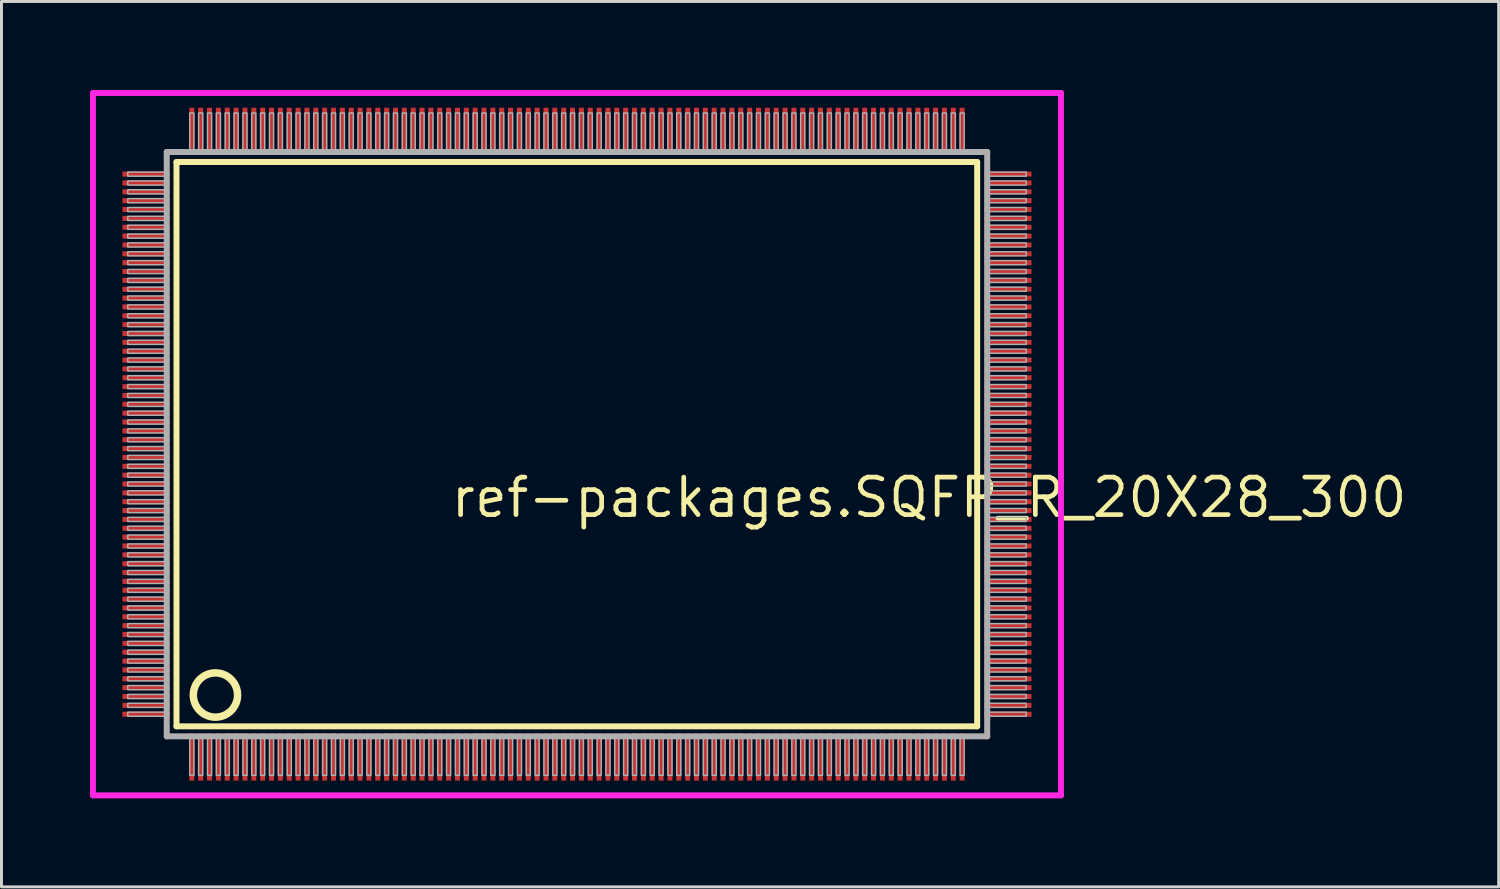
<source format=kicad_pcb>
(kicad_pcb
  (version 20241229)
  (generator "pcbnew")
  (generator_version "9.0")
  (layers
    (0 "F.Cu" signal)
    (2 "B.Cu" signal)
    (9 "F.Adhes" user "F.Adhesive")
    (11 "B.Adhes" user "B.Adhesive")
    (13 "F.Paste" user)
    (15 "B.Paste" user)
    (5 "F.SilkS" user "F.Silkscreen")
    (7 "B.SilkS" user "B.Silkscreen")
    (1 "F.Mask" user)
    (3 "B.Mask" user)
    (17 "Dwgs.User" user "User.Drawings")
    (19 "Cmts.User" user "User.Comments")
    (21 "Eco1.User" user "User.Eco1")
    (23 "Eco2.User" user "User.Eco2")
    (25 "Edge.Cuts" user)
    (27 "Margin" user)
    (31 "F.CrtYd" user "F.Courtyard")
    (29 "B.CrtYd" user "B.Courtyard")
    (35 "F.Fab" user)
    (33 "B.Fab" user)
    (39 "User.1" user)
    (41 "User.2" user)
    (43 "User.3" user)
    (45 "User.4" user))
  (footprint "ref-packages.SQFP_R_20X28_300"
    (layer "F.Cu")
    (at 16.5 12)
    (property "Reference" "ref-packages.SQFP_R_20X28_300" (at -4.35 2.55 0) (layer "F.SilkS") (effects (font (size 1.27 1.27) (thickness 0.16)) (justify left bottom)))
    (attr smd)
    (fp_line (start -13.57 -9.56) (end 13.56 -9.56) (stroke (width 0.203) (type default)) (layer "F.SilkS"))
    (fp_line (start -13.57 9.56) (end -13.57 -9.56) (stroke (width 0.203) (type default)) (layer "F.SilkS"))
    (fp_line (start 13.56 -9.56) (end 13.56 9.56) (stroke (width 0.203) (type default)) (layer "F.SilkS"))
    (fp_line (start 13.56 9.56) (end -13.57 9.56) (stroke (width 0.203) (type default)) (layer "F.SilkS"))
    (fp_circle (center -12.25 8.5) (end -11.5 8.5) (stroke (width 0.254) (type default)) (fill no) (layer "F.SilkS"))
    (fp_line (start -16.4 -11.9) (end 16.4 -11.9) (stroke (width 0.2) (type default)) (layer "F.CrtYd"))
    (fp_line (start -16.4 11.9) (end -16.4 -11.9) (stroke (width 0.2) (type default)) (layer "F.CrtYd"))
    (fp_line (start 16.4 -11.9) (end 16.4 11.9) (stroke (width 0.2) (type default)) (layer "F.CrtYd"))
    (fp_line (start 16.4 11.9) (end -16.4 11.9) (stroke (width 0.2) (type default)) (layer "F.CrtYd"))
    (fp_line (start -13.9 -9.9) (end -13.9 9.9) (stroke (width 0.203) (type default)) (layer "F.Fab"))
    (fp_line (start -13.9 9.9) (end 13.9 9.9) (stroke (width 0.203) (type default)) (layer "F.Fab"))
    (fp_line (start 13.9 -9.9) (end -13.9 -9.9) (stroke (width 0.203) (type default)) (layer "F.Fab"))
    (fp_line (start 13.9 9.9) (end 13.9 -9.9) (stroke (width 0.203) (type default)) (layer "F.Fab"))
    (fp_rect (start -15.22 -9.08) (end -13.95 -9.22) (stroke (width 0.05) (type default)) (fill no) (layer "F.Fab"))
    (fp_rect (start -15.22 -8.78) (end -13.95 -8.92) (stroke (width 0.05) (type default)) (fill no) (layer "F.Fab"))
    (fp_rect (start -15.22 -8.48) (end -13.95 -8.62) (stroke (width 0.05) (type default)) (fill no) (layer "F.Fab"))
    (fp_rect (start -15.22 -8.18) (end -13.95 -8.32) (stroke (width 0.05) (type default)) (fill no) (layer "F.Fab"))
    (fp_rect (start -15.22 -7.88) (end -13.95 -8.02) (stroke (width 0.05) (type default)) (fill no) (layer "F.Fab"))
    (fp_rect (start -15.22 -7.58) (end -13.95 -7.72) (stroke (width 0.05) (type default)) (fill no) (layer "F.Fab"))
    (fp_rect (start -15.22 -7.28) (end -13.95 -7.42) (stroke (width 0.05) (type default)) (fill no) (layer "F.Fab"))
    (fp_rect (start -15.22 -6.98) (end -13.95 -7.12) (stroke (width 0.05) (type default)) (fill no) (layer "F.Fab"))
    (fp_rect (start -15.22 -6.68) (end -13.95 -6.82) (stroke (width 0.05) (type default)) (fill no) (layer "F.Fab"))
    (fp_rect (start -15.22 -6.38) (end -13.95 -6.52) (stroke (width 0.05) (type default)) (fill no) (layer "F.Fab"))
    (fp_rect (start -15.22 -6.08) (end -13.95 -6.22) (stroke (width 0.05) (type default)) (fill no) (layer "F.Fab"))
    (fp_rect (start -15.22 -5.78) (end -13.95 -5.92) (stroke (width 0.05) (type default)) (fill no) (layer "F.Fab"))
    (fp_rect (start -15.22 -5.48) (end -13.95 -5.62) (stroke (width 0.05) (type default)) (fill no) (layer "F.Fab"))
    (fp_rect (start -15.22 -5.18) (end -13.95 -5.32) (stroke (width 0.05) (type default)) (fill no) (layer "F.Fab"))
    (fp_rect (start -15.22 -4.88) (end -13.95 -5.02) (stroke (width 0.05) (type default)) (fill no) (layer "F.Fab"))
    (fp_rect (start -15.22 -4.58) (end -13.95 -4.72) (stroke (width 0.05) (type default)) (fill no) (layer "F.Fab"))
    (fp_rect (start -15.22 -4.28) (end -13.95 -4.42) (stroke (width 0.05) (type default)) (fill no) (layer "F.Fab"))
    (fp_rect (start -15.22 -3.98) (end -13.95 -4.12) (stroke (width 0.05) (type default)) (fill no) (layer "F.Fab"))
    (fp_rect (start -15.22 -3.68) (end -13.95 -3.82) (stroke (width 0.05) (type default)) (fill no) (layer "F.Fab"))
    (fp_rect (start -15.22 -3.38) (end -13.95 -3.52) (stroke (width 0.05) (type default)) (fill no) (layer "F.Fab"))
    (fp_rect (start -15.22 -3.08) (end -13.95 -3.22) (stroke (width 0.05) (type default)) (fill no) (layer "F.Fab"))
    (fp_rect (start -15.22 -2.78) (end -13.95 -2.92) (stroke (width 0.05) (type default)) (fill no) (layer "F.Fab"))
    (fp_rect (start -15.22 -2.48) (end -13.95 -2.62) (stroke (width 0.05) (type default)) (fill no) (layer "F.Fab"))
    (fp_rect (start -15.22 -2.18) (end -13.95 -2.32) (stroke (width 0.05) (type default)) (fill no) (layer "F.Fab"))
    (fp_rect (start -15.22 -1.88) (end -13.95 -2.02) (stroke (width 0.05) (type default)) (fill no) (layer "F.Fab"))
    (fp_rect (start -15.22 -1.58) (end -13.95 -1.72) (stroke (width 0.05) (type default)) (fill no) (layer "F.Fab"))
    (fp_rect (start -15.22 -1.28) (end -13.95 -1.42) (stroke (width 0.05) (type default)) (fill no) (layer "F.Fab"))
    (fp_rect (start -15.22 -0.98) (end -13.95 -1.12) (stroke (width 0.05) (type default)) (fill no) (layer "F.Fab"))
    (fp_rect (start -15.22 -0.68) (end -13.95 -0.82) (stroke (width 0.05) (type default)) (fill no) (layer "F.Fab"))
    (fp_rect (start -15.22 -0.38) (end -13.95 -0.52) (stroke (width 0.05) (type default)) (fill no) (layer "F.Fab"))
    (fp_rect (start -15.22 -0.08) (end -13.95 -0.22) (stroke (width 0.05) (type default)) (fill no) (layer "F.Fab"))
    (fp_rect (start -15.22 0.22) (end -13.95 0.08) (stroke (width 0.05) (type default)) (fill no) (layer "F.Fab"))
    (fp_rect (start -15.22 0.52) (end -13.95 0.38) (stroke (width 0.05) (type default)) (fill no) (layer "F.Fab"))
    (fp_rect (start -15.22 0.82) (end -13.95 0.68) (stroke (width 0.05) (type default)) (fill no) (layer "F.Fab"))
    (fp_rect (start -15.22 1.12) (end -13.95 0.98) (stroke (width 0.05) (type default)) (fill no) (layer "F.Fab"))
    (fp_rect (start -15.22 1.42) (end -13.95 1.28) (stroke (width 0.05) (type default)) (fill no) (layer "F.Fab"))
    (fp_rect (start -15.22 1.72) (end -13.95 1.58) (stroke (width 0.05) (type default)) (fill no) (layer "F.Fab"))
    (fp_rect (start -15.22 2.02) (end -13.95 1.88) (stroke (width 0.05) (type default)) (fill no) (layer "F.Fab"))
    (fp_rect (start -15.22 2.32) (end -13.95 2.18) (stroke (width 0.05) (type default)) (fill no) (layer "F.Fab"))
    (fp_rect (start -15.22 2.62) (end -13.95 2.48) (stroke (width 0.05) (type default)) (fill no) (layer "F.Fab"))
    (fp_rect (start -15.22 2.92) (end -13.95 2.78) (stroke (width 0.05) (type default)) (fill no) (layer "F.Fab"))
    (fp_rect (start -15.22 3.22) (end -13.95 3.08) (stroke (width 0.05) (type default)) (fill no) (layer "F.Fab"))
    (fp_rect (start -15.22 3.52) (end -13.95 3.38) (stroke (width 0.05) (type default)) (fill no) (layer "F.Fab"))
    (fp_rect (start -15.22 3.82) (end -13.95 3.68) (stroke (width 0.05) (type default)) (fill no) (layer "F.Fab"))
    (fp_rect (start -15.22 4.12) (end -13.95 3.98) (stroke (width 0.05) (type default)) (fill no) (layer "F.Fab"))
    (fp_rect (start -15.22 4.42) (end -13.95 4.28) (stroke (width 0.05) (type default)) (fill no) (layer "F.Fab"))
    (fp_rect (start -15.22 4.72) (end -13.95 4.58) (stroke (width 0.05) (type default)) (fill no) (layer "F.Fab"))
    (fp_rect (start -15.22 5.02) (end -13.95 4.88) (stroke (width 0.05) (type default)) (fill no) (layer "F.Fab"))
    (fp_rect (start -15.22 5.32) (end -13.95 5.18) (stroke (width 0.05) (type default)) (fill no) (layer "F.Fab"))
    (fp_rect (start -15.22 5.62) (end -13.95 5.48) (stroke (width 0.05) (type default)) (fill no) (layer "F.Fab"))
    (fp_rect (start -15.22 5.92) (end -13.95 5.78) (stroke (width 0.05) (type default)) (fill no) (layer "F.Fab"))
    (fp_rect (start -15.22 6.22) (end -13.95 6.08) (stroke (width 0.05) (type default)) (fill no) (layer "F.Fab"))
    (fp_rect (start -15.22 6.52) (end -13.95 6.38) (stroke (width 0.05) (type default)) (fill no) (layer "F.Fab"))
    (fp_rect (start -15.22 6.82) (end -13.95 6.68) (stroke (width 0.05) (type default)) (fill no) (layer "F.Fab"))
    (fp_rect (start -15.22 7.12) (end -13.95 6.98) (stroke (width 0.05) (type default)) (fill no) (layer "F.Fab"))
    (fp_rect (start -15.22 7.42) (end -13.95 7.28) (stroke (width 0.05) (type default)) (fill no) (layer "F.Fab"))
    (fp_rect (start -15.22 7.72) (end -13.95 7.58) (stroke (width 0.05) (type default)) (fill no) (layer "F.Fab"))
    (fp_rect (start -15.22 8.02) (end -13.95 7.88) (stroke (width 0.05) (type default)) (fill no) (layer "F.Fab"))
    (fp_rect (start -15.22 8.32) (end -13.95 8.18) (stroke (width 0.05) (type default)) (fill no) (layer "F.Fab"))
    (fp_rect (start -15.22 8.62) (end -13.95 8.48) (stroke (width 0.05) (type default)) (fill no) (layer "F.Fab"))
    (fp_rect (start -15.22 8.92) (end -13.95 8.78) (stroke (width 0.05) (type default)) (fill no) (layer "F.Fab"))
    (fp_rect (start -15.22 9.22) (end -13.95 9.08) (stroke (width 0.05) (type default)) (fill no) (layer "F.Fab"))
    (fp_rect (start -13.12 -9.95) (end -12.98 -11.22) (stroke (width 0.05) (type default)) (fill no) (layer "F.Fab"))
    (fp_rect (start -13.12 11.22) (end -12.98 9.95) (stroke (width 0.05) (type default)) (fill no) (layer "F.Fab"))
    (fp_rect (start -12.82 -9.95) (end -12.68 -11.22) (stroke (width 0.05) (type default)) (fill no) (layer "F.Fab"))
    (fp_rect (start -12.82 11.22) (end -12.68 9.95) (stroke (width 0.05) (type default)) (fill no) (layer "F.Fab"))
    (fp_rect (start -12.52 -9.95) (end -12.38 -11.22) (stroke (width 0.05) (type default)) (fill no) (layer "F.Fab"))
    (fp_rect (start -12.52 11.22) (end -12.38 9.95) (stroke (width 0.05) (type default)) (fill no) (layer "F.Fab"))
    (fp_rect (start -12.22 -9.95) (end -12.08 -11.22) (stroke (width 0.05) (type default)) (fill no) (layer "F.Fab"))
    (fp_rect (start -12.22 11.22) (end -12.08 9.95) (stroke (width 0.05) (type default)) (fill no) (layer "F.Fab"))
    (fp_rect (start -11.92 -9.95) (end -11.78 -11.22) (stroke (width 0.05) (type default)) (fill no) (layer "F.Fab"))
    (fp_rect (start -11.92 11.22) (end -11.78 9.95) (stroke (width 0.05) (type default)) (fill no) (layer "F.Fab"))
    (fp_rect (start -11.62 -9.95) (end -11.48 -11.22) (stroke (width 0.05) (type default)) (fill no) (layer "F.Fab"))
    (fp_rect (start -11.62 11.22) (end -11.48 9.95) (stroke (width 0.05) (type default)) (fill no) (layer "F.Fab"))
    (fp_rect (start -11.32 -9.95) (end -11.18 -11.22) (stroke (width 0.05) (type default)) (fill no) (layer "F.Fab"))
    (fp_rect (start -11.32 11.22) (end -11.18 9.95) (stroke (width 0.05) (type default)) (fill no) (layer "F.Fab"))
    (fp_rect (start -11.02 -9.95) (end -10.88 -11.22) (stroke (width 0.05) (type default)) (fill no) (layer "F.Fab"))
    (fp_rect (start -11.02 11.22) (end -10.88 9.95) (stroke (width 0.05) (type default)) (fill no) (layer "F.Fab"))
    (fp_rect (start -10.72 -9.95) (end -10.58 -11.22) (stroke (width 0.05) (type default)) (fill no) (layer "F.Fab"))
    (fp_rect (start -10.72 11.22) (end -10.58 9.95) (stroke (width 0.05) (type default)) (fill no) (layer "F.Fab"))
    (fp_rect (start -10.42 -9.95) (end -10.28 -11.22) (stroke (width 0.05) (type default)) (fill no) (layer "F.Fab"))
    (fp_rect (start -10.42 11.22) (end -10.28 9.95) (stroke (width 0.05) (type default)) (fill no) (layer "F.Fab"))
    (fp_rect (start -10.12 -9.95) (end -9.98 -11.22) (stroke (width 0.05) (type default)) (fill no) (layer "F.Fab"))
    (fp_rect (start -10.12 11.22) (end -9.98 9.95) (stroke (width 0.05) (type default)) (fill no) (layer "F.Fab"))
    (fp_rect (start -9.82 -9.95) (end -9.68 -11.22) (stroke (width 0.05) (type default)) (fill no) (layer "F.Fab"))
    (fp_rect (start -9.82 11.22) (end -9.68 9.95) (stroke (width 0.05) (type default)) (fill no) (layer "F.Fab"))
    (fp_rect (start -9.52 -9.95) (end -9.38 -11.22) (stroke (width 0.05) (type default)) (fill no) (layer "F.Fab"))
    (fp_rect (start -9.52 11.22) (end -9.38 9.95) (stroke (width 0.05) (type default)) (fill no) (layer "F.Fab"))
    (fp_rect (start -9.22 -9.95) (end -9.08 -11.22) (stroke (width 0.05) (type default)) (fill no) (layer "F.Fab"))
    (fp_rect (start -9.22 11.22) (end -9.08 9.95) (stroke (width 0.05) (type default)) (fill no) (layer "F.Fab"))
    (fp_rect (start -8.92 -9.95) (end -8.78 -11.22) (stroke (width 0.05) (type default)) (fill no) (layer "F.Fab"))
    (fp_rect (start -8.92 11.22) (end -8.78 9.95) (stroke (width 0.05) (type default)) (fill no) (layer "F.Fab"))
    (fp_rect (start -8.62 -9.95) (end -8.48 -11.22) (stroke (width 0.05) (type default)) (fill no) (layer "F.Fab"))
    (fp_rect (start -8.62 11.22) (end -8.48 9.95) (stroke (width 0.05) (type default)) (fill no) (layer "F.Fab"))
    (fp_rect (start -8.32 -9.95) (end -8.18 -11.22) (stroke (width 0.05) (type default)) (fill no) (layer "F.Fab"))
    (fp_rect (start -8.32 11.22) (end -8.18 9.95) (stroke (width 0.05) (type default)) (fill no) (layer "F.Fab"))
    (fp_rect (start -8.02 -9.95) (end -7.88 -11.22) (stroke (width 0.05) (type default)) (fill no) (layer "F.Fab"))
    (fp_rect (start -8.02 11.22) (end -7.88 9.95) (stroke (width 0.05) (type default)) (fill no) (layer "F.Fab"))
    (fp_rect (start -7.72 -9.95) (end -7.58 -11.22) (stroke (width 0.05) (type default)) (fill no) (layer "F.Fab"))
    (fp_rect (start -7.72 11.22) (end -7.58 9.95) (stroke (width 0.05) (type default)) (fill no) (layer "F.Fab"))
    (fp_rect (start -7.42 -9.95) (end -7.28 -11.22) (stroke (width 0.05) (type default)) (fill no) (layer "F.Fab"))
    (fp_rect (start -7.42 11.22) (end -7.28 9.95) (stroke (width 0.05) (type default)) (fill no) (layer "F.Fab"))
    (fp_rect (start -7.12 -9.95) (end -6.98 -11.22) (stroke (width 0.05) (type default)) (fill no) (layer "F.Fab"))
    (fp_rect (start -7.12 11.22) (end -6.98 9.95) (stroke (width 0.05) (type default)) (fill no) (layer "F.Fab"))
    (fp_rect (start -6.82 -9.95) (end -6.68 -11.22) (stroke (width 0.05) (type default)) (fill no) (layer "F.Fab"))
    (fp_rect (start -6.82 11.22) (end -6.68 9.95) (stroke (width 0.05) (type default)) (fill no) (layer "F.Fab"))
    (fp_rect (start -6.52 -9.95) (end -6.38 -11.22) (stroke (width 0.05) (type default)) (fill no) (layer "F.Fab"))
    (fp_rect (start -6.52 11.22) (end -6.38 9.95) (stroke (width 0.05) (type default)) (fill no) (layer "F.Fab"))
    (fp_rect (start -6.22 -9.95) (end -6.08 -11.22) (stroke (width 0.05) (type default)) (fill no) (layer "F.Fab"))
    (fp_rect (start -6.22 11.22) (end -6.08 9.95) (stroke (width 0.05) (type default)) (fill no) (layer "F.Fab"))
    (fp_rect (start -5.92 -9.95) (end -5.78 -11.22) (stroke (width 0.05) (type default)) (fill no) (layer "F.Fab"))
    (fp_rect (start -5.92 11.22) (end -5.78 9.95) (stroke (width 0.05) (type default)) (fill no) (layer "F.Fab"))
    (fp_rect (start -5.62 -9.95) (end -5.48 -11.22) (stroke (width 0.05) (type default)) (fill no) (layer "F.Fab"))
    (fp_rect (start -5.62 11.22) (end -5.48 9.95) (stroke (width 0.05) (type default)) (fill no) (layer "F.Fab"))
    (fp_rect (start -5.32 -9.95) (end -5.18 -11.22) (stroke (width 0.05) (type default)) (fill no) (layer "F.Fab"))
    (fp_rect (start -5.32 11.22) (end -5.18 9.95) (stroke (width 0.05) (type default)) (fill no) (layer "F.Fab"))
    (fp_rect (start -5.02 -9.95) (end -4.88 -11.22) (stroke (width 0.05) (type default)) (fill no) (layer "F.Fab"))
    (fp_rect (start -5.02 11.22) (end -4.88 9.95) (stroke (width 0.05) (type default)) (fill no) (layer "F.Fab"))
    (fp_rect (start -4.72 -9.95) (end -4.58 -11.22) (stroke (width 0.05) (type default)) (fill no) (layer "F.Fab"))
    (fp_rect (start -4.72 11.22) (end -4.58 9.95) (stroke (width 0.05) (type default)) (fill no) (layer "F.Fab"))
    (fp_rect (start -4.42 -9.95) (end -4.28 -11.22) (stroke (width 0.05) (type default)) (fill no) (layer "F.Fab"))
    (fp_rect (start -4.42 11.22) (end -4.28 9.95) (stroke (width 0.05) (type default)) (fill no) (layer "F.Fab"))
    (fp_rect (start -4.12 -9.95) (end -3.98 -11.22) (stroke (width 0.05) (type default)) (fill no) (layer "F.Fab"))
    (fp_rect (start -4.12 11.22) (end -3.98 9.95) (stroke (width 0.05) (type default)) (fill no) (layer "F.Fab"))
    (fp_rect (start -3.82 -9.95) (end -3.68 -11.22) (stroke (width 0.05) (type default)) (fill no) (layer "F.Fab"))
    (fp_rect (start -3.82 11.22) (end -3.68 9.95) (stroke (width 0.05) (type default)) (fill no) (layer "F.Fab"))
    (fp_rect (start -3.52 -9.95) (end -3.38 -11.22) (stroke (width 0.05) (type default)) (fill no) (layer "F.Fab"))
    (fp_rect (start -3.52 11.22) (end -3.38 9.95) (stroke (width 0.05) (type default)) (fill no) (layer "F.Fab"))
    (fp_rect (start -3.22 -9.95) (end -3.08 -11.22) (stroke (width 0.05) (type default)) (fill no) (layer "F.Fab"))
    (fp_rect (start -3.22 11.22) (end -3.08 9.95) (stroke (width 0.05) (type default)) (fill no) (layer "F.Fab"))
    (fp_rect (start -2.92 -9.95) (end -2.78 -11.22) (stroke (width 0.05) (type default)) (fill no) (layer "F.Fab"))
    (fp_rect (start -2.92 11.22) (end -2.78 9.95) (stroke (width 0.05) (type default)) (fill no) (layer "F.Fab"))
    (fp_rect (start -2.62 -9.95) (end -2.48 -11.22) (stroke (width 0.05) (type default)) (fill no) (layer "F.Fab"))
    (fp_rect (start -2.62 11.22) (end -2.48 9.95) (stroke (width 0.05) (type default)) (fill no) (layer "F.Fab"))
    (fp_rect (start -2.32 -9.95) (end -2.18 -11.22) (stroke (width 0.05) (type default)) (fill no) (layer "F.Fab"))
    (fp_rect (start -2.32 11.22) (end -2.18 9.95) (stroke (width 0.05) (type default)) (fill no) (layer "F.Fab"))
    (fp_rect (start -2.02 -9.95) (end -1.88 -11.22) (stroke (width 0.05) (type default)) (fill no) (layer "F.Fab"))
    (fp_rect (start -2.02 11.22) (end -1.88 9.95) (stroke (width 0.05) (type default)) (fill no) (layer "F.Fab"))
    (fp_rect (start -1.72 -9.95) (end -1.58 -11.22) (stroke (width 0.05) (type default)) (fill no) (layer "F.Fab"))
    (fp_rect (start -1.72 11.22) (end -1.58 9.95) (stroke (width 0.05) (type default)) (fill no) (layer "F.Fab"))
    (fp_rect (start -1.42 -9.95) (end -1.28 -11.22) (stroke (width 0.05) (type default)) (fill no) (layer "F.Fab"))
    (fp_rect (start -1.42 11.22) (end -1.28 9.95) (stroke (width 0.05) (type default)) (fill no) (layer "F.Fab"))
    (fp_rect (start -1.12 -9.95) (end -0.98 -11.22) (stroke (width 0.05) (type default)) (fill no) (layer "F.Fab"))
    (fp_rect (start -1.12 11.22) (end -0.98 9.95) (stroke (width 0.05) (type default)) (fill no) (layer "F.Fab"))
    (fp_rect (start -0.82 -9.95) (end -0.68 -11.22) (stroke (width 0.05) (type default)) (fill no) (layer "F.Fab"))
    (fp_rect (start -0.82 11.22) (end -0.68 9.95) (stroke (width 0.05) (type default)) (fill no) (layer "F.Fab"))
    (fp_rect (start -0.52 -9.95) (end -0.38 -11.22) (stroke (width 0.05) (type default)) (fill no) (layer "F.Fab"))
    (fp_rect (start -0.52 11.22) (end -0.38 9.95) (stroke (width 0.05) (type default)) (fill no) (layer "F.Fab"))
    (fp_rect (start -0.22 -9.95) (end -0.08 -11.22) (stroke (width 0.05) (type default)) (fill no) (layer "F.Fab"))
    (fp_rect (start -0.22 11.22) (end -0.08 9.95) (stroke (width 0.05) (type default)) (fill no) (layer "F.Fab"))
    (fp_rect (start 0.08 -9.95) (end 0.22 -11.22) (stroke (width 0.05) (type default)) (fill no) (layer "F.Fab"))
    (fp_rect (start 0.08 11.22) (end 0.22 9.95) (stroke (width 0.05) (type default)) (fill no) (layer "F.Fab"))
    (fp_rect (start 0.38 -9.95) (end 0.52 -11.22) (stroke (width 0.05) (type default)) (fill no) (layer "F.Fab"))
    (fp_rect (start 0.38 11.22) (end 0.52 9.95) (stroke (width 0.05) (type default)) (fill no) (layer "F.Fab"))
    (fp_rect (start 0.68 -9.95) (end 0.82 -11.22) (stroke (width 0.05) (type default)) (fill no) (layer "F.Fab"))
    (fp_rect (start 0.68 11.22) (end 0.82 9.95) (stroke (width 0.05) (type default)) (fill no) (layer "F.Fab"))
    (fp_rect (start 0.98 -9.95) (end 1.12 -11.22) (stroke (width 0.05) (type default)) (fill no) (layer "F.Fab"))
    (fp_rect (start 0.98 11.22) (end 1.12 9.95) (stroke (width 0.05) (type default)) (fill no) (layer "F.Fab"))
    (fp_rect (start 1.28 -9.95) (end 1.42 -11.22) (stroke (width 0.05) (type default)) (fill no) (layer "F.Fab"))
    (fp_rect (start 1.28 11.22) (end 1.42 9.95) (stroke (width 0.05) (type default)) (fill no) (layer "F.Fab"))
    (fp_rect (start 1.58 -9.95) (end 1.72 -11.22) (stroke (width 0.05) (type default)) (fill no) (layer "F.Fab"))
    (fp_rect (start 1.58 11.22) (end 1.72 9.95) (stroke (width 0.05) (type default)) (fill no) (layer "F.Fab"))
    (fp_rect (start 1.88 -9.95) (end 2.02 -11.22) (stroke (width 0.05) (type default)) (fill no) (layer "F.Fab"))
    (fp_rect (start 1.88 11.22) (end 2.02 9.95) (stroke (width 0.05) (type default)) (fill no) (layer "F.Fab"))
    (fp_rect (start 2.18 -9.95) (end 2.32 -11.22) (stroke (width 0.05) (type default)) (fill no) (layer "F.Fab"))
    (fp_rect (start 2.18 11.22) (end 2.32 9.95) (stroke (width 0.05) (type default)) (fill no) (layer "F.Fab"))
    (fp_rect (start 2.48 -9.95) (end 2.62 -11.22) (stroke (width 0.05) (type default)) (fill no) (layer "F.Fab"))
    (fp_rect (start 2.48 11.22) (end 2.62 9.95) (stroke (width 0.05) (type default)) (fill no) (layer "F.Fab"))
    (fp_rect (start 2.78 -9.95) (end 2.92 -11.22) (stroke (width 0.05) (type default)) (fill no) (layer "F.Fab"))
    (fp_rect (start 2.78 11.22) (end 2.92 9.95) (stroke (width 0.05) (type default)) (fill no) (layer "F.Fab"))
    (fp_rect (start 3.08 -9.95) (end 3.22 -11.22) (stroke (width 0.05) (type default)) (fill no) (layer "F.Fab"))
    (fp_rect (start 3.08 11.22) (end 3.22 9.95) (stroke (width 0.05) (type default)) (fill no) (layer "F.Fab"))
    (fp_rect (start 3.38 -9.95) (end 3.52 -11.22) (stroke (width 0.05) (type default)) (fill no) (layer "F.Fab"))
    (fp_rect (start 3.38 11.22) (end 3.52 9.95) (stroke (width 0.05) (type default)) (fill no) (layer "F.Fab"))
    (fp_rect (start 3.68 -9.95) (end 3.82 -11.22) (stroke (width 0.05) (type default)) (fill no) (layer "F.Fab"))
    (fp_rect (start 3.68 11.22) (end 3.82 9.95) (stroke (width 0.05) (type default)) (fill no) (layer "F.Fab"))
    (fp_rect (start 3.98 -9.95) (end 4.12 -11.22) (stroke (width 0.05) (type default)) (fill no) (layer "F.Fab"))
    (fp_rect (start 3.98 11.22) (end 4.12 9.95) (stroke (width 0.05) (type default)) (fill no) (layer "F.Fab"))
    (fp_rect (start 4.28 -9.95) (end 4.42 -11.22) (stroke (width 0.05) (type default)) (fill no) (layer "F.Fab"))
    (fp_rect (start 4.28 11.22) (end 4.42 9.95) (stroke (width 0.05) (type default)) (fill no) (layer "F.Fab"))
    (fp_rect (start 4.58 -9.95) (end 4.72 -11.22) (stroke (width 0.05) (type default)) (fill no) (layer "F.Fab"))
    (fp_rect (start 4.58 11.22) (end 4.72 9.95) (stroke (width 0.05) (type default)) (fill no) (layer "F.Fab"))
    (fp_rect (start 4.88 -9.95) (end 5.02 -11.22) (stroke (width 0.05) (type default)) (fill no) (layer "F.Fab"))
    (fp_rect (start 4.88 11.22) (end 5.02 9.95) (stroke (width 0.05) (type default)) (fill no) (layer "F.Fab"))
    (fp_rect (start 5.18 -9.95) (end 5.32 -11.22) (stroke (width 0.05) (type default)) (fill no) (layer "F.Fab"))
    (fp_rect (start 5.18 11.22) (end 5.32 9.95) (stroke (width 0.05) (type default)) (fill no) (layer "F.Fab"))
    (fp_rect (start 5.48 -9.95) (end 5.62 -11.22) (stroke (width 0.05) (type default)) (fill no) (layer "F.Fab"))
    (fp_rect (start 5.48 11.22) (end 5.62 9.95) (stroke (width 0.05) (type default)) (fill no) (layer "F.Fab"))
    (fp_rect (start 5.78 -9.95) (end 5.92 -11.22) (stroke (width 0.05) (type default)) (fill no) (layer "F.Fab"))
    (fp_rect (start 5.78 11.22) (end 5.92 9.95) (stroke (width 0.05) (type default)) (fill no) (layer "F.Fab"))
    (fp_rect (start 6.08 -9.95) (end 6.22 -11.22) (stroke (width 0.05) (type default)) (fill no) (layer "F.Fab"))
    (fp_rect (start 6.08 11.22) (end 6.22 9.95) (stroke (width 0.05) (type default)) (fill no) (layer "F.Fab"))
    (fp_rect (start 6.38 -9.95) (end 6.52 -11.22) (stroke (width 0.05) (type default)) (fill no) (layer "F.Fab"))
    (fp_rect (start 6.38 11.22) (end 6.52 9.95) (stroke (width 0.05) (type default)) (fill no) (layer "F.Fab"))
    (fp_rect (start 6.68 -9.95) (end 6.82 -11.22) (stroke (width 0.05) (type default)) (fill no) (layer "F.Fab"))
    (fp_rect (start 6.68 11.22) (end 6.82 9.95) (stroke (width 0.05) (type default)) (fill no) (layer "F.Fab"))
    (fp_rect (start 6.98 -9.95) (end 7.12 -11.22) (stroke (width 0.05) (type default)) (fill no) (layer "F.Fab"))
    (fp_rect (start 6.98 11.22) (end 7.12 9.95) (stroke (width 0.05) (type default)) (fill no) (layer "F.Fab"))
    (fp_rect (start 7.28 -9.95) (end 7.42 -11.22) (stroke (width 0.05) (type default)) (fill no) (layer "F.Fab"))
    (fp_rect (start 7.28 11.22) (end 7.42 9.95) (stroke (width 0.05) (type default)) (fill no) (layer "F.Fab"))
    (fp_rect (start 7.58 -9.95) (end 7.72 -11.22) (stroke (width 0.05) (type default)) (fill no) (layer "F.Fab"))
    (fp_rect (start 7.58 11.22) (end 7.72 9.95) (stroke (width 0.05) (type default)) (fill no) (layer "F.Fab"))
    (fp_rect (start 7.88 -9.95) (end 8.02 -11.22) (stroke (width 0.05) (type default)) (fill no) (layer "F.Fab"))
    (fp_rect (start 7.88 11.22) (end 8.02 9.95) (stroke (width 0.05) (type default)) (fill no) (layer "F.Fab"))
    (fp_rect (start 8.18 -9.95) (end 8.32 -11.22) (stroke (width 0.05) (type default)) (fill no) (layer "F.Fab"))
    (fp_rect (start 8.18 11.22) (end 8.32 9.95) (stroke (width 0.05) (type default)) (fill no) (layer "F.Fab"))
    (fp_rect (start 8.48 -9.95) (end 8.62 -11.22) (stroke (width 0.05) (type default)) (fill no) (layer "F.Fab"))
    (fp_rect (start 8.48 11.22) (end 8.62 9.95) (stroke (width 0.05) (type default)) (fill no) (layer "F.Fab"))
    (fp_rect (start 8.78 -9.95) (end 8.92 -11.22) (stroke (width 0.05) (type default)) (fill no) (layer "F.Fab"))
    (fp_rect (start 8.78 11.22) (end 8.92 9.95) (stroke (width 0.05) (type default)) (fill no) (layer "F.Fab"))
    (fp_rect (start 9.08 -9.95) (end 9.22 -11.22) (stroke (width 0.05) (type default)) (fill no) (layer "F.Fab"))
    (fp_rect (start 9.08 11.22) (end 9.22 9.95) (stroke (width 0.05) (type default)) (fill no) (layer "F.Fab"))
    (fp_rect (start 9.38 -9.95) (end 9.52 -11.22) (stroke (width 0.05) (type default)) (fill no) (layer "F.Fab"))
    (fp_rect (start 9.38 11.22) (end 9.52 9.95) (stroke (width 0.05) (type default)) (fill no) (layer "F.Fab"))
    (fp_rect (start 9.68 -9.95) (end 9.82 -11.22) (stroke (width 0.05) (type default)) (fill no) (layer "F.Fab"))
    (fp_rect (start 9.68 11.22) (end 9.82 9.95) (stroke (width 0.05) (type default)) (fill no) (layer "F.Fab"))
    (fp_rect (start 9.98 -9.95) (end 10.12 -11.22) (stroke (width 0.05) (type default)) (fill no) (layer "F.Fab"))
    (fp_rect (start 9.98 11.22) (end 10.12 9.95) (stroke (width 0.05) (type default)) (fill no) (layer "F.Fab"))
    (fp_rect (start 10.28 -9.95) (end 10.42 -11.22) (stroke (width 0.05) (type default)) (fill no) (layer "F.Fab"))
    (fp_rect (start 10.28 11.22) (end 10.42 9.95) (stroke (width 0.05) (type default)) (fill no) (layer "F.Fab"))
    (fp_rect (start 10.58 -9.95) (end 10.72 -11.22) (stroke (width 0.05) (type default)) (fill no) (layer "F.Fab"))
    (fp_rect (start 10.58 11.22) (end 10.72 9.95) (stroke (width 0.05) (type default)) (fill no) (layer "F.Fab"))
    (fp_rect (start 10.88 -9.95) (end 11.02 -11.22) (stroke (width 0.05) (type default)) (fill no) (layer "F.Fab"))
    (fp_rect (start 10.88 11.22) (end 11.02 9.95) (stroke (width 0.05) (type default)) (fill no) (layer "F.Fab"))
    (fp_rect (start 11.18 -9.95) (end 11.32 -11.22) (stroke (width 0.05) (type default)) (fill no) (layer "F.Fab"))
    (fp_rect (start 11.18 11.22) (end 11.32 9.95) (stroke (width 0.05) (type default)) (fill no) (layer "F.Fab"))
    (fp_rect (start 11.48 -9.95) (end 11.62 -11.22) (stroke (width 0.05) (type default)) (fill no) (layer "F.Fab"))
    (fp_rect (start 11.48 11.22) (end 11.62 9.95) (stroke (width 0.05) (type default)) (fill no) (layer "F.Fab"))
    (fp_rect (start 11.78 -9.95) (end 11.92 -11.22) (stroke (width 0.05) (type default)) (fill no) (layer "F.Fab"))
    (fp_rect (start 11.78 11.22) (end 11.92 9.95) (stroke (width 0.05) (type default)) (fill no) (layer "F.Fab"))
    (fp_rect (start 12.08 -9.95) (end 12.22 -11.22) (stroke (width 0.05) (type default)) (fill no) (layer "F.Fab"))
    (fp_rect (start 12.08 11.22) (end 12.22 9.95) (stroke (width 0.05) (type default)) (fill no) (layer "F.Fab"))
    (fp_rect (start 12.38 -9.95) (end 12.52 -11.22) (stroke (width 0.05) (type default)) (fill no) (layer "F.Fab"))
    (fp_rect (start 12.38 11.22) (end 12.52 9.95) (stroke (width 0.05) (type default)) (fill no) (layer "F.Fab"))
    (fp_rect (start 12.68 -9.95) (end 12.82 -11.22) (stroke (width 0.05) (type default)) (fill no) (layer "F.Fab"))
    (fp_rect (start 12.68 11.22) (end 12.82 9.95) (stroke (width 0.05) (type default)) (fill no) (layer "F.Fab"))
    (fp_rect (start 12.98 -9.95) (end 13.12 -11.22) (stroke (width 0.05) (type default)) (fill no) (layer "F.Fab"))
    (fp_rect (start 12.98 11.22) (end 13.12 9.95) (stroke (width 0.05) (type default)) (fill no) (layer "F.Fab"))
    (fp_rect (start 13.95 -9.08) (end 15.22 -9.22) (stroke (width 0.05) (type default)) (fill no) (layer "F.Fab"))
    (fp_rect (start 13.95 -8.78) (end 15.22 -8.92) (stroke (width 0.05) (type default)) (fill no) (layer "F.Fab"))
    (fp_rect (start 13.95 -8.48) (end 15.22 -8.62) (stroke (width 0.05) (type default)) (fill no) (layer "F.Fab"))
    (fp_rect (start 13.95 -8.18) (end 15.22 -8.32) (stroke (width 0.05) (type default)) (fill no) (layer "F.Fab"))
    (fp_rect (start 13.95 -7.88) (end 15.22 -8.02) (stroke (width 0.05) (type default)) (fill no) (layer "F.Fab"))
    (fp_rect (start 13.95 -7.58) (end 15.22 -7.72) (stroke (width 0.05) (type default)) (fill no) (layer "F.Fab"))
    (fp_rect (start 13.95 -7.28) (end 15.22 -7.42) (stroke (width 0.05) (type default)) (fill no) (layer "F.Fab"))
    (fp_rect (start 13.95 -6.98) (end 15.22 -7.12) (stroke (width 0.05) (type default)) (fill no) (layer "F.Fab"))
    (fp_rect (start 13.95 -6.68) (end 15.22 -6.82) (stroke (width 0.05) (type default)) (fill no) (layer "F.Fab"))
    (fp_rect (start 13.95 -6.38) (end 15.22 -6.52) (stroke (width 0.05) (type default)) (fill no) (layer "F.Fab"))
    (fp_rect (start 13.95 -6.08) (end 15.22 -6.22) (stroke (width 0.05) (type default)) (fill no) (layer "F.Fab"))
    (fp_rect (start 13.95 -5.78) (end 15.22 -5.92) (stroke (width 0.05) (type default)) (fill no) (layer "F.Fab"))
    (fp_rect (start 13.95 -5.48) (end 15.22 -5.62) (stroke (width 0.05) (type default)) (fill no) (layer "F.Fab"))
    (fp_rect (start 13.95 -5.18) (end 15.22 -5.32) (stroke (width 0.05) (type default)) (fill no) (layer "F.Fab"))
    (fp_rect (start 13.95 -4.88) (end 15.22 -5.02) (stroke (width 0.05) (type default)) (fill no) (layer "F.Fab"))
    (fp_rect (start 13.95 -4.58) (end 15.22 -4.72) (stroke (width 0.05) (type default)) (fill no) (layer "F.Fab"))
    (fp_rect (start 13.95 -4.28) (end 15.22 -4.42) (stroke (width 0.05) (type default)) (fill no) (layer "F.Fab"))
    (fp_rect (start 13.95 -3.98) (end 15.22 -4.12) (stroke (width 0.05) (type default)) (fill no) (layer "F.Fab"))
    (fp_rect (start 13.95 -3.68) (end 15.22 -3.82) (stroke (width 0.05) (type default)) (fill no) (layer "F.Fab"))
    (fp_rect (start 13.95 -3.38) (end 15.22 -3.52) (stroke (width 0.05) (type default)) (fill no) (layer "F.Fab"))
    (fp_rect (start 13.95 -3.08) (end 15.22 -3.22) (stroke (width 0.05) (type default)) (fill no) (layer "F.Fab"))
    (fp_rect (start 13.95 -2.78) (end 15.22 -2.92) (stroke (width 0.05) (type default)) (fill no) (layer "F.Fab"))
    (fp_rect (start 13.95 -2.48) (end 15.22 -2.62) (stroke (width 0.05) (type default)) (fill no) (layer "F.Fab"))
    (fp_rect (start 13.95 -2.18) (end 15.22 -2.32) (stroke (width 0.05) (type default)) (fill no) (layer "F.Fab"))
    (fp_rect (start 13.95 -1.88) (end 15.22 -2.02) (stroke (width 0.05) (type default)) (fill no) (layer "F.Fab"))
    (fp_rect (start 13.95 -1.58) (end 15.22 -1.72) (stroke (width 0.05) (type default)) (fill no) (layer "F.Fab"))
    (fp_rect (start 13.95 -1.28) (end 15.22 -1.42) (stroke (width 0.05) (type default)) (fill no) (layer "F.Fab"))
    (fp_rect (start 13.95 -0.98) (end 15.22 -1.12) (stroke (width 0.05) (type default)) (fill no) (layer "F.Fab"))
    (fp_rect (start 13.95 -0.68) (end 15.22 -0.82) (stroke (width 0.05) (type default)) (fill no) (layer "F.Fab"))
    (fp_rect (start 13.95 -0.38) (end 15.22 -0.52) (stroke (width 0.05) (type default)) (fill no) (layer "F.Fab"))
    (fp_rect (start 13.95 -0.08) (end 15.22 -0.22) (stroke (width 0.05) (type default)) (fill no) (layer "F.Fab"))
    (fp_rect (start 13.95 0.22) (end 15.22 0.08) (stroke (width 0.05) (type default)) (fill no) (layer "F.Fab"))
    (fp_rect (start 13.95 0.52) (end 15.22 0.38) (stroke (width 0.05) (type default)) (fill no) (layer "F.Fab"))
    (fp_rect (start 13.95 0.82) (end 15.22 0.68) (stroke (width 0.05) (type default)) (fill no) (layer "F.Fab"))
    (fp_rect (start 13.95 1.12) (end 15.22 0.98) (stroke (width 0.05) (type default)) (fill no) (layer "F.Fab"))
    (fp_rect (start 13.95 1.42) (end 15.22 1.28) (stroke (width 0.05) (type default)) (fill no) (layer "F.Fab"))
    (fp_rect (start 13.95 1.72) (end 15.22 1.58) (stroke (width 0.05) (type default)) (fill no) (layer "F.Fab"))
    (fp_rect (start 13.95 2.02) (end 15.22 1.88) (stroke (width 0.05) (type default)) (fill no) (layer "F.Fab"))
    (fp_rect (start 13.95 2.32) (end 15.22 2.18) (stroke (width 0.05) (type default)) (fill no) (layer "F.Fab"))
    (fp_rect (start 13.95 2.62) (end 15.22 2.48) (stroke (width 0.05) (type default)) (fill no) (layer "F.Fab"))
    (fp_rect (start 13.95 2.92) (end 15.22 2.78) (stroke (width 0.05) (type default)) (fill no) (layer "F.Fab"))
    (fp_rect (start 13.95 3.22) (end 15.22 3.08) (stroke (width 0.05) (type default)) (fill no) (layer "F.Fab"))
    (fp_rect (start 13.95 3.52) (end 15.22 3.38) (stroke (width 0.05) (type default)) (fill no) (layer "F.Fab"))
    (fp_rect (start 13.95 3.82) (end 15.22 3.68) (stroke (width 0.05) (type default)) (fill no) (layer "F.Fab"))
    (fp_rect (start 13.95 4.12) (end 15.22 3.98) (stroke (width 0.05) (type default)) (fill no) (layer "F.Fab"))
    (fp_rect (start 13.95 4.42) (end 15.22 4.28) (stroke (width 0.05) (type default)) (fill no) (layer "F.Fab"))
    (fp_rect (start 13.95 4.72) (end 15.22 4.58) (stroke (width 0.05) (type default)) (fill no) (layer "F.Fab"))
    (fp_rect (start 13.95 5.02) (end 15.22 4.88) (stroke (width 0.05) (type default)) (fill no) (layer "F.Fab"))
    (fp_rect (start 13.95 5.32) (end 15.22 5.18) (stroke (width 0.05) (type default)) (fill no) (layer "F.Fab"))
    (fp_rect (start 13.95 5.62) (end 15.22 5.48) (stroke (width 0.05) (type default)) (fill no) (layer "F.Fab"))
    (fp_rect (start 13.95 5.92) (end 15.22 5.78) (stroke (width 0.05) (type default)) (fill no) (layer "F.Fab"))
    (fp_rect (start 13.95 6.22) (end 15.22 6.08) (stroke (width 0.05) (type default)) (fill no) (layer "F.Fab"))
    (fp_rect (start 13.95 6.52) (end 15.22 6.38) (stroke (width 0.05) (type default)) (fill no) (layer "F.Fab"))
    (fp_rect (start 13.95 6.82) (end 15.22 6.68) (stroke (width 0.05) (type default)) (fill no) (layer "F.Fab"))
    (fp_rect (start 13.95 7.12) (end 15.22 6.98) (stroke (width 0.05) (type default)) (fill no) (layer "F.Fab"))
    (fp_rect (start 13.95 7.42) (end 15.22 7.28) (stroke (width 0.05) (type default)) (fill no) (layer "F.Fab"))
    (fp_rect (start 13.95 7.72) (end 15.22 7.58) (stroke (width 0.05) (type default)) (fill no) (layer "F.Fab"))
    (fp_rect (start 13.95 8.02) (end 15.22 7.88) (stroke (width 0.05) (type default)) (fill no) (layer "F.Fab"))
    (fp_rect (start 13.95 8.32) (end 15.22 8.18) (stroke (width 0.05) (type default)) (fill no) (layer "F.Fab"))
    (fp_rect (start 13.95 8.62) (end 15.22 8.48) (stroke (width 0.05) (type default)) (fill no) (layer "F.Fab"))
    (fp_rect (start 13.95 8.92) (end 15.22 8.78) (stroke (width 0.05) (type default)) (fill no) (layer "F.Fab"))
    (fp_rect (start 13.95 9.22) (end 15.22 9.08) (stroke (width 0.05) (type default)) (fill no) (layer "F.Fab"))
    (pad "1" smd roundrect (at -13.05 10.6) (size 0.17 1.6) (layers "F.Cu" "F.Mask" "F.Paste") (roundrect_rratio 0.01))
    (pad "2" smd roundrect (at -12.75 10.6) (size 0.17 1.6) (layers "F.Cu" "F.Mask" "F.Paste") (roundrect_rratio 0.01))
    (pad "3" smd roundrect (at -12.45 10.6) (size 0.17 1.6) (layers "F.Cu" "F.Mask" "F.Paste") (roundrect_rratio 0.01))
    (pad "4" smd roundrect (at -12.15 10.6) (size 0.17 1.6) (layers "F.Cu" "F.Mask" "F.Paste") (roundrect_rratio 0.01))
    (pad "5" smd roundrect (at -11.85 10.6) (size 0.17 1.6) (layers "F.Cu" "F.Mask" "F.Paste") (roundrect_rratio 0.01))
    (pad "6" smd roundrect (at -11.55 10.6) (size 0.17 1.6) (layers "F.Cu" "F.Mask" "F.Paste") (roundrect_rratio 0.01))
    (pad "7" smd roundrect (at -11.25 10.6) (size 0.17 1.6) (layers "F.Cu" "F.Mask" "F.Paste") (roundrect_rratio 0.01))
    (pad "8" smd roundrect (at -10.95 10.6) (size 0.17 1.6) (layers "F.Cu" "F.Mask" "F.Paste") (roundrect_rratio 0.01))
    (pad "9" smd roundrect (at -10.65 10.6) (size 0.17 1.6) (layers "F.Cu" "F.Mask" "F.Paste") (roundrect_rratio 0.01))
    (pad "10" smd roundrect (at -10.35 10.6) (size 0.17 1.6) (layers "F.Cu" "F.Mask" "F.Paste") (roundrect_rratio 0.01))
    (pad "11" smd roundrect (at -10.05 10.6) (size 0.17 1.6) (layers "F.Cu" "F.Mask" "F.Paste") (roundrect_rratio 0.01))
    (pad "12" smd roundrect (at -9.75 10.6) (size 0.17 1.6) (layers "F.Cu" "F.Mask" "F.Paste") (roundrect_rratio 0.01))
    (pad "13" smd roundrect (at -9.45 10.6) (size 0.17 1.6) (layers "F.Cu" "F.Mask" "F.Paste") (roundrect_rratio 0.01))
    (pad "14" smd roundrect (at -9.15 10.6) (size 0.17 1.6) (layers "F.Cu" "F.Mask" "F.Paste") (roundrect_rratio 0.01))
    (pad "15" smd roundrect (at -8.85 10.6) (size 0.17 1.6) (layers "F.Cu" "F.Mask" "F.Paste") (roundrect_rratio 0.01))
    (pad "16" smd roundrect (at -8.55 10.6) (size 0.17 1.6) (layers "F.Cu" "F.Mask" "F.Paste") (roundrect_rratio 0.01))
    (pad "17" smd roundrect (at -8.25 10.6) (size 0.17 1.6) (layers "F.Cu" "F.Mask" "F.Paste") (roundrect_rratio 0.01))
    (pad "18" smd roundrect (at -7.95 10.6) (size 0.17 1.6) (layers "F.Cu" "F.Mask" "F.Paste") (roundrect_rratio 0.01))
    (pad "19" smd roundrect (at -7.65 10.6) (size 0.17 1.6) (layers "F.Cu" "F.Mask" "F.Paste") (roundrect_rratio 0.01))
    (pad "20" smd roundrect (at -7.35 10.6) (size 0.17 1.6) (layers "F.Cu" "F.Mask" "F.Paste") (roundrect_rratio 0.01))
    (pad "21" smd roundrect (at -7.05 10.6) (size 0.17 1.6) (layers "F.Cu" "F.Mask" "F.Paste") (roundrect_rratio 0.01))
    (pad "22" smd roundrect (at -6.75 10.6) (size 0.17 1.6) (layers "F.Cu" "F.Mask" "F.Paste") (roundrect_rratio 0.01))
    (pad "23" smd roundrect (at -6.45 10.6) (size 0.17 1.6) (layers "F.Cu" "F.Mask" "F.Paste") (roundrect_rratio 0.01))
    (pad "24" smd roundrect (at -6.15 10.6) (size 0.17 1.6) (layers "F.Cu" "F.Mask" "F.Paste") (roundrect_rratio 0.01))
    (pad "25" smd roundrect (at -5.85 10.6) (size 0.17 1.6) (layers "F.Cu" "F.Mask" "F.Paste") (roundrect_rratio 0.01))
    (pad "26" smd roundrect (at -5.55 10.6) (size 0.17 1.6) (layers "F.Cu" "F.Mask" "F.Paste") (roundrect_rratio 0.01))
    (pad "27" smd roundrect (at -5.25 10.6) (size 0.17 1.6) (layers "F.Cu" "F.Mask" "F.Paste") (roundrect_rratio 0.01))
    (pad "28" smd roundrect (at -4.95 10.6) (size 0.17 1.6) (layers "F.Cu" "F.Mask" "F.Paste") (roundrect_rratio 0.01))
    (pad "29" smd roundrect (at -4.65 10.6) (size 0.17 1.6) (layers "F.Cu" "F.Mask" "F.Paste") (roundrect_rratio 0.01))
    (pad "30" smd roundrect (at -4.35 10.6) (size 0.17 1.6) (layers "F.Cu" "F.Mask" "F.Paste") (roundrect_rratio 0.01))
    (pad "31" smd roundrect (at -4.05 10.6) (size 0.17 1.6) (layers "F.Cu" "F.Mask" "F.Paste") (roundrect_rratio 0.01))
    (pad "32" smd roundrect (at -3.75 10.6) (size 0.17 1.6) (layers "F.Cu" "F.Mask" "F.Paste") (roundrect_rratio 0.01))
    (pad "33" smd roundrect (at -3.45 10.6) (size 0.17 1.6) (layers "F.Cu" "F.Mask" "F.Paste") (roundrect_rratio 0.01))
    (pad "34" smd roundrect (at -3.15 10.6) (size 0.17 1.6) (layers "F.Cu" "F.Mask" "F.Paste") (roundrect_rratio 0.01))
    (pad "35" smd roundrect (at -2.85 10.6) (size 0.17 1.6) (layers "F.Cu" "F.Mask" "F.Paste") (roundrect_rratio 0.01))
    (pad "36" smd roundrect (at -2.55 10.6) (size 0.17 1.6) (layers "F.Cu" "F.Mask" "F.Paste") (roundrect_rratio 0.01))
    (pad "37" smd roundrect (at -2.25 10.6) (size 0.17 1.6) (layers "F.Cu" "F.Mask" "F.Paste") (roundrect_rratio 0.01))
    (pad "38" smd roundrect (at -1.95 10.6) (size 0.17 1.6) (layers "F.Cu" "F.Mask" "F.Paste") (roundrect_rratio 0.01))
    (pad "39" smd roundrect (at -1.65 10.6) (size 0.17 1.6) (layers "F.Cu" "F.Mask" "F.Paste") (roundrect_rratio 0.01))
    (pad "40" smd roundrect (at -1.35 10.6) (size 0.17 1.6) (layers "F.Cu" "F.Mask" "F.Paste") (roundrect_rratio 0.01))
    (pad "41" smd roundrect (at -1.05 10.6) (size 0.17 1.6) (layers "F.Cu" "F.Mask" "F.Paste") (roundrect_rratio 0.01))
    (pad "42" smd roundrect (at -0.75 10.6) (size 0.17 1.6) (layers "F.Cu" "F.Mask" "F.Paste") (roundrect_rratio 0.01))
    (pad "43" smd roundrect (at -0.45 10.6) (size 0.17 1.6) (layers "F.Cu" "F.Mask" "F.Paste") (roundrect_rratio 0.01))
    (pad "44" smd roundrect (at -0.15 10.6) (size 0.17 1.6) (layers "F.Cu" "F.Mask" "F.Paste") (roundrect_rratio 0.01))
    (pad "45" smd roundrect (at 0.15 10.6) (size 0.17 1.6) (layers "F.Cu" "F.Mask" "F.Paste") (roundrect_rratio 0.01))
    (pad "46" smd roundrect (at 0.45 10.6) (size 0.17 1.6) (layers "F.Cu" "F.Mask" "F.Paste") (roundrect_rratio 0.01))
    (pad "47" smd roundrect (at 0.75 10.6) (size 0.17 1.6) (layers "F.Cu" "F.Mask" "F.Paste") (roundrect_rratio 0.01))
    (pad "48" smd roundrect (at 1.05 10.6) (size 0.17 1.6) (layers "F.Cu" "F.Mask" "F.Paste") (roundrect_rratio 0.01))
    (pad "49" smd roundrect (at 1.35 10.6) (size 0.17 1.6) (layers "F.Cu" "F.Mask" "F.Paste") (roundrect_rratio 0.01))
    (pad "50" smd roundrect (at 1.65 10.6) (size 0.17 1.6) (layers "F.Cu" "F.Mask" "F.Paste") (roundrect_rratio 0.01))
    (pad "51" smd roundrect (at 1.95 10.6) (size 0.17 1.6) (layers "F.Cu" "F.Mask" "F.Paste") (roundrect_rratio 0.01))
    (pad "52" smd roundrect (at 2.25 10.6) (size 0.17 1.6) (layers "F.Cu" "F.Mask" "F.Paste") (roundrect_rratio 0.01))
    (pad "53" smd roundrect (at 2.55 10.6) (size 0.17 1.6) (layers "F.Cu" "F.Mask" "F.Paste") (roundrect_rratio 0.01))
    (pad "54" smd roundrect (at 2.85 10.6) (size 0.17 1.6) (layers "F.Cu" "F.Mask" "F.Paste") (roundrect_rratio 0.01))
    (pad "55" smd roundrect (at 3.15 10.6) (size 0.17 1.6) (layers "F.Cu" "F.Mask" "F.Paste") (roundrect_rratio 0.01))
    (pad "56" smd roundrect (at 3.45 10.6) (size 0.17 1.6) (layers "F.Cu" "F.Mask" "F.Paste") (roundrect_rratio 0.01))
    (pad "57" smd roundrect (at 3.75 10.6) (size 0.17 1.6) (layers "F.Cu" "F.Mask" "F.Paste") (roundrect_rratio 0.01))
    (pad "58" smd roundrect (at 4.05 10.6) (size 0.17 1.6) (layers "F.Cu" "F.Mask" "F.Paste") (roundrect_rratio 0.01))
    (pad "59" smd roundrect (at 4.35 10.6) (size 0.17 1.6) (layers "F.Cu" "F.Mask" "F.Paste") (roundrect_rratio 0.01))
    (pad "60" smd roundrect (at 4.65 10.6) (size 0.17 1.6) (layers "F.Cu" "F.Mask" "F.Paste") (roundrect_rratio 0.01))
    (pad "61" smd roundrect (at 4.95 10.6) (size 0.17 1.6) (layers "F.Cu" "F.Mask" "F.Paste") (roundrect_rratio 0.01))
    (pad "62" smd roundrect (at 5.25 10.6) (size 0.17 1.6) (layers "F.Cu" "F.Mask" "F.Paste") (roundrect_rratio 0.01))
    (pad "63" smd roundrect (at 5.55 10.6) (size 0.17 1.6) (layers "F.Cu" "F.Mask" "F.Paste") (roundrect_rratio 0.01))
    (pad "64" smd roundrect (at 5.85 10.6) (size 0.17 1.6) (layers "F.Cu" "F.Mask" "F.Paste") (roundrect_rratio 0.01))
    (pad "65" smd roundrect (at 6.15 10.6) (size 0.17 1.6) (layers "F.Cu" "F.Mask" "F.Paste") (roundrect_rratio 0.01))
    (pad "66" smd roundrect (at 6.45 10.6) (size 0.17 1.6) (layers "F.Cu" "F.Mask" "F.Paste") (roundrect_rratio 0.01))
    (pad "67" smd roundrect (at 6.75 10.6) (size 0.17 1.6) (layers "F.Cu" "F.Mask" "F.Paste") (roundrect_rratio 0.01))
    (pad "68" smd roundrect (at 7.05 10.6) (size 0.17 1.6) (layers "F.Cu" "F.Mask" "F.Paste") (roundrect_rratio 0.01))
    (pad "69" smd roundrect (at 11.55 10.6) (size 0.17 1.6) (layers "F.Cu" "F.Mask" "F.Paste") (roundrect_rratio 0.01))
    (pad "70" smd roundrect (at 7.35 10.6) (size 0.17 1.6) (layers "F.Cu" "F.Mask" "F.Paste") (roundrect_rratio 0.01))
    (pad "71" smd roundrect (at 7.65 10.6) (size 0.17 1.6) (layers "F.Cu" "F.Mask" "F.Paste") (roundrect_rratio 0.01))
    (pad "72" smd roundrect (at 7.95 10.6) (size 0.17 1.6) (layers "F.Cu" "F.Mask" "F.Paste") (roundrect_rratio 0.01))
    (pad "73" smd roundrect (at 8.25 10.6) (size 0.17 1.6) (layers "F.Cu" "F.Mask" "F.Paste") (roundrect_rratio 0.01))
    (pad "74" smd roundrect (at 8.55 10.6) (size 0.17 1.6) (layers "F.Cu" "F.Mask" "F.Paste") (roundrect_rratio 0.01))
    (pad "75" smd roundrect (at 8.85 10.6) (size 0.17 1.6) (layers "F.Cu" "F.Mask" "F.Paste") (roundrect_rratio 0.01))
    (pad "76" smd roundrect (at 9.15 10.6) (size 0.17 1.6) (layers "F.Cu" "F.Mask" "F.Paste") (roundrect_rratio 0.01))
    (pad "77" smd roundrect (at 9.45 10.6) (size 0.17 1.6) (layers "F.Cu" "F.Mask" "F.Paste") (roundrect_rratio 0.01))
    (pad "78" smd roundrect (at 9.75 10.6) (size 0.17 1.6) (layers "F.Cu" "F.Mask" "F.Paste") (roundrect_rratio 0.01))
    (pad "79" smd roundrect (at 10.05 10.6) (size 0.17 1.6) (layers "F.Cu" "F.Mask" "F.Paste") (roundrect_rratio 0.01))
    (pad "80" smd roundrect (at 10.35 10.6) (size 0.17 1.6) (layers "F.Cu" "F.Mask" "F.Paste") (roundrect_rratio 0.01))
    (pad "81" smd roundrect (at 10.65 10.6) (size 0.17 1.6) (layers "F.Cu" "F.Mask" "F.Paste") (roundrect_rratio 0.01))
    (pad "82" smd roundrect (at 10.95 10.6) (size 0.17 1.6) (layers "F.Cu" "F.Mask" "F.Paste") (roundrect_rratio 0.01))
    (pad "83" smd roundrect (at 11.25 10.6) (size 0.17 1.6) (layers "F.Cu" "F.Mask" "F.Paste") (roundrect_rratio 0.01))
    (pad "84" smd roundrect (at 11.85 10.6) (size 0.17 1.6) (layers "F.Cu" "F.Mask" "F.Paste") (roundrect_rratio 0.01))
    (pad "85" smd roundrect (at 12.15 10.6) (size 0.17 1.6) (layers "F.Cu" "F.Mask" "F.Paste") (roundrect_rratio 0.01))
    (pad "86" smd roundrect (at 12.45 10.6) (size 0.17 1.6) (layers "F.Cu" "F.Mask" "F.Paste") (roundrect_rratio 0.01))
    (pad "87" smd roundrect (at 12.75 10.6) (size 0.17 1.6) (layers "F.Cu" "F.Mask" "F.Paste") (roundrect_rratio 0.01))
    (pad "88" smd roundrect (at 13.05 10.6) (size 0.17 1.6) (layers "F.Cu" "F.Mask" "F.Paste") (roundrect_rratio 0.01))
    (pad "89" smd roundrect (at 14.6 9.15) (size 1.6 0.17) (layers "F.Cu" "F.Mask" "F.Paste") (roundrect_rratio 0.01))
    (pad "90" smd roundrect (at 14.6 8.85) (size 1.6 0.17) (layers "F.Cu" "F.Mask" "F.Paste") (roundrect_rratio 0.01))
    (pad "91" smd roundrect (at 14.6 8.55) (size 1.6 0.17) (layers "F.Cu" "F.Mask" "F.Paste") (roundrect_rratio 0.01))
    (pad "92" smd roundrect (at 14.6 8.25) (size 1.6 0.17) (layers "F.Cu" "F.Mask" "F.Paste") (roundrect_rratio 0.01))
    (pad "93" smd roundrect (at 14.6 7.95) (size 1.6 0.17) (layers "F.Cu" "F.Mask" "F.Paste") (roundrect_rratio 0.01))
    (pad "94" smd roundrect (at 14.6 7.65) (size 1.6 0.17) (layers "F.Cu" "F.Mask" "F.Paste") (roundrect_rratio 0.01))
    (pad "95" smd roundrect (at 14.6 7.35) (size 1.6 0.17) (layers "F.Cu" "F.Mask" "F.Paste") (roundrect_rratio 0.01))
    (pad "96" smd roundrect (at 14.6 7.05) (size 1.6 0.17) (layers "F.Cu" "F.Mask" "F.Paste") (roundrect_rratio 0.01))
    (pad "97" smd roundrect (at 14.6 6.75) (size 1.6 0.17) (layers "F.Cu" "F.Mask" "F.Paste") (roundrect_rratio 0.01))
    (pad "98" smd roundrect (at 14.6 6.45) (size 1.6 0.17) (layers "F.Cu" "F.Mask" "F.Paste") (roundrect_rratio 0.01))
    (pad "99" smd roundrect (at 14.6 6.15) (size 1.6 0.17) (layers "F.Cu" "F.Mask" "F.Paste") (roundrect_rratio 0.01))
    (pad "100" smd roundrect (at 14.6 5.85) (size 1.6 0.17) (layers "F.Cu" "F.Mask" "F.Paste") (roundrect_rratio 0.01))
    (pad "101" smd roundrect (at 14.6 5.55) (size 1.6 0.17) (layers "F.Cu" "F.Mask" "F.Paste") (roundrect_rratio 0.01))
    (pad "102" smd roundrect (at 14.6 5.25) (size 1.6 0.17) (layers "F.Cu" "F.Mask" "F.Paste") (roundrect_rratio 0.01))
    (pad "103" smd roundrect (at 14.6 4.95) (size 1.6 0.17) (layers "F.Cu" "F.Mask" "F.Paste") (roundrect_rratio 0.01))
    (pad "104" smd roundrect (at 14.6 4.65) (size 1.6 0.17) (layers "F.Cu" "F.Mask" "F.Paste") (roundrect_rratio 0.01))
    (pad "105" smd roundrect (at 14.6 4.35) (size 1.6 0.17) (layers "F.Cu" "F.Mask" "F.Paste") (roundrect_rratio 0.01))
    (pad "106" smd roundrect (at 14.6 4.05) (size 1.6 0.17) (layers "F.Cu" "F.Mask" "F.Paste") (roundrect_rratio 0.01))
    (pad "107" smd roundrect (at 14.6 3.75) (size 1.6 0.17) (layers "F.Cu" "F.Mask" "F.Paste") (roundrect_rratio 0.01))
    (pad "108" smd roundrect (at 14.6 3.45) (size 1.6 0.17) (layers "F.Cu" "F.Mask" "F.Paste") (roundrect_rratio 0.01))
    (pad "109" smd roundrect (at 14.6 3.15) (size 1.6 0.17) (layers "F.Cu" "F.Mask" "F.Paste") (roundrect_rratio 0.01))
    (pad "110" smd roundrect (at 14.6 2.85) (size 1.6 0.17) (layers "F.Cu" "F.Mask" "F.Paste") (roundrect_rratio 0.01))
    (pad "111" smd roundrect (at 14.6 2.55) (size 1.6 0.17) (layers "F.Cu" "F.Mask" "F.Paste") (roundrect_rratio 0.01))
    (pad "112" smd roundrect (at 14.6 2.25) (size 1.6 0.17) (layers "F.Cu" "F.Mask" "F.Paste") (roundrect_rratio 0.01))
    (pad "113" smd roundrect (at 14.6 1.95) (size 1.6 0.17) (layers "F.Cu" "F.Mask" "F.Paste") (roundrect_rratio 0.01))
    (pad "114" smd roundrect (at 14.6 1.65) (size 1.6 0.17) (layers "F.Cu" "F.Mask" "F.Paste") (roundrect_rratio 0.01))
    (pad "115" smd roundrect (at 14.6 1.35) (size 1.6 0.17) (layers "F.Cu" "F.Mask" "F.Paste") (roundrect_rratio 0.01))
    (pad "116" smd roundrect (at 14.6 1.05) (size 1.6 0.17) (layers "F.Cu" "F.Mask" "F.Paste") (roundrect_rratio 0.01))
    (pad "117" smd roundrect (at 14.6 0.75) (size 1.6 0.17) (layers "F.Cu" "F.Mask" "F.Paste") (roundrect_rratio 0.01))
    (pad "118" smd roundrect (at 14.6 0.45) (size 1.6 0.17) (layers "F.Cu" "F.Mask" "F.Paste") (roundrect_rratio 0.01))
    (pad "119" smd roundrect (at 14.6 0.15) (size 1.6 0.17) (layers "F.Cu" "F.Mask" "F.Paste") (roundrect_rratio 0.01))
    (pad "120" smd roundrect (at 14.6 -0.15) (size 1.6 0.17) (layers "F.Cu" "F.Mask" "F.Paste") (roundrect_rratio 0.01))
    (pad "121" smd roundrect (at 14.6 -0.45) (size 1.6 0.17) (layers "F.Cu" "F.Mask" "F.Paste") (roundrect_rratio 0.01))
    (pad "122" smd roundrect (at 14.6 -0.75) (size 1.6 0.17) (layers "F.Cu" "F.Mask" "F.Paste") (roundrect_rratio 0.01))
    (pad "123" smd roundrect (at 14.6 -1.05) (size 1.6 0.17) (layers "F.Cu" "F.Mask" "F.Paste") (roundrect_rratio 0.01))
    (pad "124" smd roundrect (at 14.6 -1.35) (size 1.6 0.17) (layers "F.Cu" "F.Mask" "F.Paste") (roundrect_rratio 0.01))
    (pad "125" smd roundrect (at 14.6 -1.65) (size 1.6 0.17) (layers "F.Cu" "F.Mask" "F.Paste") (roundrect_rratio 0.01))
    (pad "126" smd roundrect (at 14.6 -1.95) (size 1.6 0.17) (layers "F.Cu" "F.Mask" "F.Paste") (roundrect_rratio 0.01))
    (pad "127" smd roundrect (at 14.6 -2.25) (size 1.6 0.17) (layers "F.Cu" "F.Mask" "F.Paste") (roundrect_rratio 0.01))
    (pad "128" smd roundrect (at 14.6 -2.55) (size 1.6 0.17) (layers "F.Cu" "F.Mask" "F.Paste") (roundrect_rratio 0.01))
    (pad "129" smd roundrect (at 14.6 -2.85) (size 1.6 0.17) (layers "F.Cu" "F.Mask" "F.Paste") (roundrect_rratio 0.01))
    (pad "130" smd roundrect (at 14.6 -3.15) (size 1.6 0.17) (layers "F.Cu" "F.Mask" "F.Paste") (roundrect_rratio 0.01))
    (pad "131" smd roundrect (at 14.6 -3.45) (size 1.6 0.17) (layers "F.Cu" "F.Mask" "F.Paste") (roundrect_rratio 0.01))
    (pad "132" smd roundrect (at 14.6 -3.75) (size 1.6 0.17) (layers "F.Cu" "F.Mask" "F.Paste") (roundrect_rratio 0.01))
    (pad "133" smd roundrect (at 14.6 -4.05) (size 1.6 0.17) (layers "F.Cu" "F.Mask" "F.Paste") (roundrect_rratio 0.01))
    (pad "134" smd roundrect (at 14.6 -4.35) (size 1.6 0.17) (layers "F.Cu" "F.Mask" "F.Paste") (roundrect_rratio 0.01))
    (pad "135" smd roundrect (at 14.6 -4.65) (size 1.6 0.17) (layers "F.Cu" "F.Mask" "F.Paste") (roundrect_rratio 0.01))
    (pad "136" smd roundrect (at 14.6 -4.95) (size 1.6 0.17) (layers "F.Cu" "F.Mask" "F.Paste") (roundrect_rratio 0.01))
    (pad "137" smd roundrect (at 14.6 -5.25) (size 1.6 0.17) (layers "F.Cu" "F.Mask" "F.Paste") (roundrect_rratio 0.01))
    (pad "138" smd roundrect (at 14.6 -5.55) (size 1.6 0.17) (layers "F.Cu" "F.Mask" "F.Paste") (roundrect_rratio 0.01))
    (pad "139" smd roundrect (at 14.6 -5.85) (size 1.6 0.17) (layers "F.Cu" "F.Mask" "F.Paste") (roundrect_rratio 0.01))
    (pad "140" smd roundrect (at 14.6 -6.15) (size 1.6 0.17) (layers "F.Cu" "F.Mask" "F.Paste") (roundrect_rratio 0.01))
    (pad "141" smd roundrect (at 14.6 -6.45) (size 1.6 0.17) (layers "F.Cu" "F.Mask" "F.Paste") (roundrect_rratio 0.01))
    (pad "142" smd roundrect (at 14.6 -6.75) (size 1.6 0.17) (layers "F.Cu" "F.Mask" "F.Paste") (roundrect_rratio 0.01))
    (pad "143" smd roundrect (at 14.6 -7.05) (size 1.6 0.17) (layers "F.Cu" "F.Mask" "F.Paste") (roundrect_rratio 0.01))
    (pad "144" smd roundrect (at 14.6 -7.35) (size 1.6 0.17) (layers "F.Cu" "F.Mask" "F.Paste") (roundrect_rratio 0.01))
    (pad "145" smd roundrect (at 14.6 -7.65) (size 1.6 0.17) (layers "F.Cu" "F.Mask" "F.Paste") (roundrect_rratio 0.01))
    (pad "146" smd roundrect (at 14.6 -7.95) (size 1.6 0.17) (layers "F.Cu" "F.Mask" "F.Paste") (roundrect_rratio 0.01))
    (pad "147" smd roundrect (at 14.6 -8.25) (size 1.6 0.17) (layers "F.Cu" "F.Mask" "F.Paste") (roundrect_rratio 0.01))
    (pad "148" smd roundrect (at 14.6 -8.55) (size 1.6 0.17) (layers "F.Cu" "F.Mask" "F.Paste") (roundrect_rratio 0.01))
    (pad "149" smd roundrect (at 14.6 -8.85) (size 1.6 0.17) (layers "F.Cu" "F.Mask" "F.Paste") (roundrect_rratio 0.01))
    (pad "150" smd roundrect (at 14.6 -9.15) (size 1.6 0.17) (layers "F.Cu" "F.Mask" "F.Paste") (roundrect_rratio 0.01))
    (pad "151" smd roundrect (at 13.05 -10.6) (size 0.17 1.6) (layers "F.Cu" "F.Mask" "F.Paste") (roundrect_rratio 0.01))
    (pad "152" smd roundrect (at 12.75 -10.6) (size 0.17 1.6) (layers "F.Cu" "F.Mask" "F.Paste") (roundrect_rratio 0.01))
    (pad "153" smd roundrect (at 12.45 -10.6) (size 0.17 1.6) (layers "F.Cu" "F.Mask" "F.Paste") (roundrect_rratio 0.01))
    (pad "154" smd roundrect (at 12.15 -10.6) (size 0.17 1.6) (layers "F.Cu" "F.Mask" "F.Paste") (roundrect_rratio 0.01))
    (pad "155" smd roundrect (at 11.85 -10.6) (size 0.17 1.6) (layers "F.Cu" "F.Mask" "F.Paste") (roundrect_rratio 0.01))
    (pad "156" smd roundrect (at 11.55 -10.6) (size 0.17 1.6) (layers "F.Cu" "F.Mask" "F.Paste") (roundrect_rratio 0.01))
    (pad "157" smd roundrect (at 11.25 -10.6) (size 0.17 1.6) (layers "F.Cu" "F.Mask" "F.Paste") (roundrect_rratio 0.01))
    (pad "158" smd roundrect (at 10.95 -10.6) (size 0.17 1.6) (layers "F.Cu" "F.Mask" "F.Paste") (roundrect_rratio 0.01))
    (pad "159" smd roundrect (at 10.65 -10.6) (size 0.17 1.6) (layers "F.Cu" "F.Mask" "F.Paste") (roundrect_rratio 0.01))
    (pad "160" smd roundrect (at 10.35 -10.6) (size 0.17 1.6) (layers "F.Cu" "F.Mask" "F.Paste") (roundrect_rratio 0.01))
    (pad "161" smd roundrect (at 10.05 -10.6) (size 0.17 1.6) (layers "F.Cu" "F.Mask" "F.Paste") (roundrect_rratio 0.01))
    (pad "162" smd roundrect (at 9.75 -10.6) (size 0.17 1.6) (layers "F.Cu" "F.Mask" "F.Paste") (roundrect_rratio 0.01))
    (pad "163" smd roundrect (at 9.45 -10.6) (size 0.17 1.6) (layers "F.Cu" "F.Mask" "F.Paste") (roundrect_rratio 0.01))
    (pad "164" smd roundrect (at 9.15 -10.6) (size 0.17 1.6) (layers "F.Cu" "F.Mask" "F.Paste") (roundrect_rratio 0.01))
    (pad "165" smd roundrect (at 8.85 -10.6) (size 0.17 1.6) (layers "F.Cu" "F.Mask" "F.Paste") (roundrect_rratio 0.01))
    (pad "166" smd roundrect (at 8.55 -10.6) (size 0.17 1.6) (layers "F.Cu" "F.Mask" "F.Paste") (roundrect_rratio 0.01))
    (pad "167" smd roundrect (at 8.25 -10.6) (size 0.17 1.6) (layers "F.Cu" "F.Mask" "F.Paste") (roundrect_rratio 0.01))
    (pad "168" smd roundrect (at 7.95 -10.6) (size 0.17 1.6) (layers "F.Cu" "F.Mask" "F.Paste") (roundrect_rratio 0.01))
    (pad "169" smd roundrect (at 7.65 -10.6) (size 0.17 1.6) (layers "F.Cu" "F.Mask" "F.Paste") (roundrect_rratio 0.01))
    (pad "170" smd roundrect (at 7.35 -10.6) (size 0.17 1.6) (layers "F.Cu" "F.Mask" "F.Paste") (roundrect_rratio 0.01))
    (pad "171" smd roundrect (at 7.05 -10.6) (size 0.17 1.6) (layers "F.Cu" "F.Mask" "F.Paste") (roundrect_rratio 0.01))
    (pad "172" smd roundrect (at 6.75 -10.6) (size 0.17 1.6) (layers "F.Cu" "F.Mask" "F.Paste") (roundrect_rratio 0.01))
    (pad "173" smd roundrect (at 6.45 -10.6) (size 0.17 1.6) (layers "F.Cu" "F.Mask" "F.Paste") (roundrect_rratio 0.01))
    (pad "174" smd roundrect (at 6.15 -10.6) (size 0.17 1.6) (layers "F.Cu" "F.Mask" "F.Paste") (roundrect_rratio 0.01))
    (pad "175" smd roundrect (at 5.85 -10.6) (size 0.17 1.6) (layers "F.Cu" "F.Mask" "F.Paste") (roundrect_rratio 0.01))
    (pad "176" smd roundrect (at 5.55 -10.6) (size 0.17 1.6) (layers "F.Cu" "F.Mask" "F.Paste") (roundrect_rratio 0.01))
    (pad "177" smd roundrect (at 5.25 -10.6) (size 0.17 1.6) (layers "F.Cu" "F.Mask" "F.Paste") (roundrect_rratio 0.01))
    (pad "178" smd roundrect (at 4.95 -10.6) (size 0.17 1.6) (layers "F.Cu" "F.Mask" "F.Paste") (roundrect_rratio 0.01))
    (pad "179" smd roundrect (at 4.65 -10.6) (size 0.17 1.6) (layers "F.Cu" "F.Mask" "F.Paste") (roundrect_rratio 0.01))
    (pad "180" smd roundrect (at 4.35 -10.6) (size 0.17 1.6) (layers "F.Cu" "F.Mask" "F.Paste") (roundrect_rratio 0.01))
    (pad "181" smd roundrect (at 4.05 -10.6) (size 0.17 1.6) (layers "F.Cu" "F.Mask" "F.Paste") (roundrect_rratio 0.01))
    (pad "182" smd roundrect (at 3.75 -10.6) (size 0.17 1.6) (layers "F.Cu" "F.Mask" "F.Paste") (roundrect_rratio 0.01))
    (pad "183" smd roundrect (at 3.45 -10.6) (size 0.17 1.6) (layers "F.Cu" "F.Mask" "F.Paste") (roundrect_rratio 0.01))
    (pad "184" smd roundrect (at 3.15 -10.6) (size 0.17 1.6) (layers "F.Cu" "F.Mask" "F.Paste") (roundrect_rratio 0.01))
    (pad "185" smd roundrect (at 2.85 -10.6) (size 0.17 1.6) (layers "F.Cu" "F.Mask" "F.Paste") (roundrect_rratio 0.01))
    (pad "186" smd roundrect (at 2.55 -10.6) (size 0.17 1.6) (layers "F.Cu" "F.Mask" "F.Paste") (roundrect_rratio 0.01))
    (pad "187" smd roundrect (at 2.25 -10.6) (size 0.17 1.6) (layers "F.Cu" "F.Mask" "F.Paste") (roundrect_rratio 0.01))
    (pad "188" smd roundrect (at 1.95 -10.6) (size 0.17 1.6) (layers "F.Cu" "F.Mask" "F.Paste") (roundrect_rratio 0.01))
    (pad "189" smd roundrect (at 1.65 -10.6) (size 0.17 1.6) (layers "F.Cu" "F.Mask" "F.Paste") (roundrect_rratio 0.01))
    (pad "190" smd roundrect (at 1.35 -10.6) (size 0.17 1.6) (layers "F.Cu" "F.Mask" "F.Paste") (roundrect_rratio 0.01))
    (pad "191" smd roundrect (at 1.05 -10.6) (size 0.17 1.6) (layers "F.Cu" "F.Mask" "F.Paste") (roundrect_rratio 0.01))
    (pad "192" smd roundrect (at 0.75 -10.6) (size 0.17 1.6) (layers "F.Cu" "F.Mask" "F.Paste") (roundrect_rratio 0.01))
    (pad "193" smd roundrect (at 0.45 -10.6) (size 0.17 1.6) (layers "F.Cu" "F.Mask" "F.Paste") (roundrect_rratio 0.01))
    (pad "194" smd roundrect (at 0.15 -10.6) (size 0.17 1.6) (layers "F.Cu" "F.Mask" "F.Paste") (roundrect_rratio 0.01))
    (pad "195" smd roundrect (at -0.15 -10.6) (size 0.17 1.6) (layers "F.Cu" "F.Mask" "F.Paste") (roundrect_rratio 0.01))
    (pad "196" smd roundrect (at -0.45 -10.6) (size 0.17 1.6) (layers "F.Cu" "F.Mask" "F.Paste") (roundrect_rratio 0.01))
    (pad "197" smd roundrect (at -0.75 -10.6) (size 0.17 1.6) (layers "F.Cu" "F.Mask" "F.Paste") (roundrect_rratio 0.01))
    (pad "198" smd roundrect (at -1.05 -10.6) (size 0.17 1.6) (layers "F.Cu" "F.Mask" "F.Paste") (roundrect_rratio 0.01))
    (pad "199" smd roundrect (at -1.35 -10.6) (size 0.17 1.6) (layers "F.Cu" "F.Mask" "F.Paste") (roundrect_rratio 0.01))
    (pad "200" smd roundrect (at -1.65 -10.6) (size 0.17 1.6) (layers "F.Cu" "F.Mask" "F.Paste") (roundrect_rratio 0.01))
    (pad "201" smd roundrect (at -1.95 -10.6) (size 0.17 1.6) (layers "F.Cu" "F.Mask" "F.Paste") (roundrect_rratio 0.01))
    (pad "202" smd roundrect (at -2.25 -10.6) (size 0.17 1.6) (layers "F.Cu" "F.Mask" "F.Paste") (roundrect_rratio 0.01))
    (pad "203" smd roundrect (at -2.55 -10.6) (size 0.17 1.6) (layers "F.Cu" "F.Mask" "F.Paste") (roundrect_rratio 0.01))
    (pad "204" smd roundrect (at -2.85 -10.6) (size 0.17 1.6) (layers "F.Cu" "F.Mask" "F.Paste") (roundrect_rratio 0.01))
    (pad "205" smd roundrect (at -3.15 -10.6) (size 0.17 1.6) (layers "F.Cu" "F.Mask" "F.Paste") (roundrect_rratio 0.01))
    (pad "206" smd roundrect (at -3.45 -10.6) (size 0.17 1.6) (layers "F.Cu" "F.Mask" "F.Paste") (roundrect_rratio 0.01))
    (pad "207" smd roundrect (at -3.75 -10.6) (size 0.17 1.6) (layers "F.Cu" "F.Mask" "F.Paste") (roundrect_rratio 0.01))
    (pad "208" smd roundrect (at -4.05 -10.6) (size 0.17 1.6) (layers "F.Cu" "F.Mask" "F.Paste") (roundrect_rratio 0.01))
    (pad "209" smd roundrect (at -4.35 -10.6) (size 0.17 1.6) (layers "F.Cu" "F.Mask" "F.Paste") (roundrect_rratio 0.01))
    (pad "210" smd roundrect (at -4.65 -10.6) (size 0.17 1.6) (layers "F.Cu" "F.Mask" "F.Paste") (roundrect_rratio 0.01))
    (pad "211" smd roundrect (at -4.95 -10.6) (size 0.17 1.6) (layers "F.Cu" "F.Mask" "F.Paste") (roundrect_rratio 0.01))
    (pad "212" smd roundrect (at -5.25 -10.6) (size 0.17 1.6) (layers "F.Cu" "F.Mask" "F.Paste") (roundrect_rratio 0.01))
    (pad "213" smd roundrect (at -5.55 -10.6) (size 0.17 1.6) (layers "F.Cu" "F.Mask" "F.Paste") (roundrect_rratio 0.01))
    (pad "214" smd roundrect (at -5.85 -10.6) (size 0.17 1.6) (layers "F.Cu" "F.Mask" "F.Paste") (roundrect_rratio 0.01))
    (pad "215" smd roundrect (at -6.15 -10.6) (size 0.17 1.6) (layers "F.Cu" "F.Mask" "F.Paste") (roundrect_rratio 0.01))
    (pad "216" smd roundrect (at -6.45 -10.6) (size 0.17 1.6) (layers "F.Cu" "F.Mask" "F.Paste") (roundrect_rratio 0.01))
    (pad "217" smd roundrect (at -6.75 -10.6) (size 0.17 1.6) (layers "F.Cu" "F.Mask" "F.Paste") (roundrect_rratio 0.01))
    (pad "218" smd roundrect (at -7.05 -10.6) (size 0.17 1.6) (layers "F.Cu" "F.Mask" "F.Paste") (roundrect_rratio 0.01))
    (pad "219" smd roundrect (at -7.35 -10.6) (size 0.17 1.6) (layers "F.Cu" "F.Mask" "F.Paste") (roundrect_rratio 0.01))
    (pad "220" smd roundrect (at -7.65 -10.6) (size 0.17 1.6) (layers "F.Cu" "F.Mask" "F.Paste") (roundrect_rratio 0.01))
    (pad "221" smd roundrect (at -7.95 -10.6) (size 0.17 1.6) (layers "F.Cu" "F.Mask" "F.Paste") (roundrect_rratio 0.01))
    (pad "222" smd roundrect (at -8.25 -10.6) (size 0.17 1.6) (layers "F.Cu" "F.Mask" "F.Paste") (roundrect_rratio 0.01))
    (pad "223" smd roundrect (at -8.55 -10.6) (size 0.17 1.6) (layers "F.Cu" "F.Mask" "F.Paste") (roundrect_rratio 0.01))
    (pad "224" smd roundrect (at -8.85 -10.6) (size 0.17 1.6) (layers "F.Cu" "F.Mask" "F.Paste") (roundrect_rratio 0.01))
    (pad "225" smd roundrect (at -9.15 -10.6) (size 0.17 1.6) (layers "F.Cu" "F.Mask" "F.Paste") (roundrect_rratio 0.01))
    (pad "226" smd roundrect (at -9.45 -10.6) (size 0.17 1.6) (layers "F.Cu" "F.Mask" "F.Paste") (roundrect_rratio 0.01))
    (pad "227" smd roundrect (at -9.75 -10.6) (size 0.17 1.6) (layers "F.Cu" "F.Mask" "F.Paste") (roundrect_rratio 0.01))
    (pad "228" smd roundrect (at -10.05 -10.6) (size 0.17 1.6) (layers "F.Cu" "F.Mask" "F.Paste") (roundrect_rratio 0.01))
    (pad "229" smd roundrect (at -10.35 -10.6) (size 0.17 1.6) (layers "F.Cu" "F.Mask" "F.Paste") (roundrect_rratio 0.01))
    (pad "230" smd roundrect (at -10.65 -10.6) (size 0.17 1.6) (layers "F.Cu" "F.Mask" "F.Paste") (roundrect_rratio 0.01))
    (pad "231" smd roundrect (at -10.95 -10.6) (size 0.17 1.6) (layers "F.Cu" "F.Mask" "F.Paste") (roundrect_rratio 0.01))
    (pad "232" smd roundrect (at -11.25 -10.6) (size 0.17 1.6) (layers "F.Cu" "F.Mask" "F.Paste") (roundrect_rratio 0.01))
    (pad "233" smd roundrect (at -11.55 -10.6) (size 0.17 1.6) (layers "F.Cu" "F.Mask" "F.Paste") (roundrect_rratio 0.01))
    (pad "234" smd roundrect (at -11.85 -10.6) (size 0.17 1.6) (layers "F.Cu" "F.Mask" "F.Paste") (roundrect_rratio 0.01))
    (pad "235" smd roundrect (at -12.15 -10.6) (size 0.17 1.6) (layers "F.Cu" "F.Mask" "F.Paste") (roundrect_rratio 0.01))
    (pad "236" smd roundrect (at -12.45 -10.6) (size 0.17 1.6) (layers "F.Cu" "F.Mask" "F.Paste") (roundrect_rratio 0.01))
    (pad "237" smd roundrect (at -12.75 -10.6) (size 0.17 1.6) (layers "F.Cu" "F.Mask" "F.Paste") (roundrect_rratio 0.01))
    (pad "238" smd roundrect (at -13.05 -10.6) (size 0.17 1.6) (layers "F.Cu" "F.Mask" "F.Paste") (roundrect_rratio 0.01))
    (pad "239" smd roundrect (at -14.6 -9.15) (size 1.6 0.17) (layers "F.Cu" "F.Mask" "F.Paste") (roundrect_rratio 0.01))
    (pad "240" smd roundrect (at -14.6 -8.85) (size 1.6 0.17) (layers "F.Cu" "F.Mask" "F.Paste") (roundrect_rratio 0.01))
    (pad "241" smd roundrect (at -14.6 -8.55) (size 1.6 0.17) (layers "F.Cu" "F.Mask" "F.Paste") (roundrect_rratio 0.01))
    (pad "242" smd roundrect (at -14.6 -8.25) (size 1.6 0.17) (layers "F.Cu" "F.Mask" "F.Paste") (roundrect_rratio 0.01))
    (pad "243" smd roundrect (at -14.6 -7.95) (size 1.6 0.17) (layers "F.Cu" "F.Mask" "F.Paste") (roundrect_rratio 0.01))
    (pad "244" smd roundrect (at -14.6 -7.65) (size 1.6 0.17) (layers "F.Cu" "F.Mask" "F.Paste") (roundrect_rratio 0.01))
    (pad "245" smd roundrect (at -14.6 -7.35) (size 1.6 0.17) (layers "F.Cu" "F.Mask" "F.Paste") (roundrect_rratio 0.01))
    (pad "246" smd roundrect (at -14.6 -7.05) (size 1.6 0.17) (layers "F.Cu" "F.Mask" "F.Paste") (roundrect_rratio 0.01))
    (pad "247" smd roundrect (at -14.6 -6.75) (size 1.6 0.17) (layers "F.Cu" "F.Mask" "F.Paste") (roundrect_rratio 0.01))
    (pad "248" smd roundrect (at -14.6 -6.45) (size 1.6 0.17) (layers "F.Cu" "F.Mask" "F.Paste") (roundrect_rratio 0.01))
    (pad "249" smd roundrect (at -14.6 -6.15) (size 1.6 0.17) (layers "F.Cu" "F.Mask" "F.Paste") (roundrect_rratio 0.01))
    (pad "250" smd roundrect (at -14.6 -5.85) (size 1.6 0.17) (layers "F.Cu" "F.Mask" "F.Paste") (roundrect_rratio 0.01))
    (pad "251" smd roundrect (at -14.6 -5.55) (size 1.6 0.17) (layers "F.Cu" "F.Mask" "F.Paste") (roundrect_rratio 0.01))
    (pad "252" smd roundrect (at -14.6 -5.25) (size 1.6 0.17) (layers "F.Cu" "F.Mask" "F.Paste") (roundrect_rratio 0.01))
    (pad "253" smd roundrect (at -14.6 -4.95) (size 1.6 0.17) (layers "F.Cu" "F.Mask" "F.Paste") (roundrect_rratio 0.01))
    (pad "254" smd roundrect (at -14.6 -4.65) (size 1.6 0.17) (layers "F.Cu" "F.Mask" "F.Paste") (roundrect_rratio 0.01))
    (pad "255" smd roundrect (at -14.6 -4.35) (size 1.6 0.17) (layers "F.Cu" "F.Mask" "F.Paste") (roundrect_rratio 0.01))
    (pad "256" smd roundrect (at -14.6 -4.05) (size 1.6 0.17) (layers "F.Cu" "F.Mask" "F.Paste") (roundrect_rratio 0.01))
    (pad "257" smd roundrect (at -14.6 -3.75) (size 1.6 0.17) (layers "F.Cu" "F.Mask" "F.Paste") (roundrect_rratio 0.01))
    (pad "258" smd roundrect (at -14.6 -3.45) (size 1.6 0.17) (layers "F.Cu" "F.Mask" "F.Paste") (roundrect_rratio 0.01))
    (pad "259" smd roundrect (at -14.6 -3.15) (size 1.6 0.17) (layers "F.Cu" "F.Mask" "F.Paste") (roundrect_rratio 0.01))
    (pad "260" smd roundrect (at -14.6 -2.85) (size 1.6 0.17) (layers "F.Cu" "F.Mask" "F.Paste") (roundrect_rratio 0.01))
    (pad "261" smd roundrect (at -14.6 -2.55) (size 1.6 0.17) (layers "F.Cu" "F.Mask" "F.Paste") (roundrect_rratio 0.01))
    (pad "262" smd roundrect (at -14.6 -2.25) (size 1.6 0.17) (layers "F.Cu" "F.Mask" "F.Paste") (roundrect_rratio 0.01))
    (pad "263" smd roundrect (at -14.6 -1.95) (size 1.6 0.17) (layers "F.Cu" "F.Mask" "F.Paste") (roundrect_rratio 0.01))
    (pad "264" smd roundrect (at -14.6 -1.65) (size 1.6 0.17) (layers "F.Cu" "F.Mask" "F.Paste") (roundrect_rratio 0.01))
    (pad "265" smd roundrect (at -14.6 -1.35) (size 1.6 0.17) (layers "F.Cu" "F.Mask" "F.Paste") (roundrect_rratio 0.01))
    (pad "266" smd roundrect (at -14.6 -1.05) (size 1.6 0.17) (layers "F.Cu" "F.Mask" "F.Paste") (roundrect_rratio 0.01))
    (pad "267" smd roundrect (at -14.6 -0.75) (size 1.6 0.17) (layers "F.Cu" "F.Mask" "F.Paste") (roundrect_rratio 0.01))
    (pad "268" smd roundrect (at -14.6 -0.45) (size 1.6 0.17) (layers "F.Cu" "F.Mask" "F.Paste") (roundrect_rratio 0.01))
    (pad "269" smd roundrect (at -14.6 -0.15) (size 1.6 0.17) (layers "F.Cu" "F.Mask" "F.Paste") (roundrect_rratio 0.01))
    (pad "270" smd roundrect (at -14.6 0.15) (size 1.6 0.17) (layers "F.Cu" "F.Mask" "F.Paste") (roundrect_rratio 0.01))
    (pad "271" smd roundrect (at -14.6 0.45) (size 1.6 0.17) (layers "F.Cu" "F.Mask" "F.Paste") (roundrect_rratio 0.01))
    (pad "272" smd roundrect (at -14.6 0.75) (size 1.6 0.17) (layers "F.Cu" "F.Mask" "F.Paste") (roundrect_rratio 0.01))
    (pad "273" smd roundrect (at -14.6 1.05) (size 1.6 0.17) (layers "F.Cu" "F.Mask" "F.Paste") (roundrect_rratio 0.01))
    (pad "274" smd roundrect (at -14.6 1.35) (size 1.6 0.17) (layers "F.Cu" "F.Mask" "F.Paste") (roundrect_rratio 0.01))
    (pad "275" smd roundrect (at -14.6 1.65) (size 1.6 0.17) (layers "F.Cu" "F.Mask" "F.Paste") (roundrect_rratio 0.01))
    (pad "276" smd roundrect (at -14.6 1.95) (size 1.6 0.17) (layers "F.Cu" "F.Mask" "F.Paste") (roundrect_rratio 0.01))
    (pad "277" smd roundrect (at -14.6 2.25) (size 1.6 0.17) (layers "F.Cu" "F.Mask" "F.Paste") (roundrect_rratio 0.01))
    (pad "278" smd roundrect (at -14.6 2.55) (size 1.6 0.17) (layers "F.Cu" "F.Mask" "F.Paste") (roundrect_rratio 0.01))
    (pad "279" smd roundrect (at -14.6 2.85) (size 1.6 0.17) (layers "F.Cu" "F.Mask" "F.Paste") (roundrect_rratio 0.01))
    (pad "280" smd roundrect (at -14.6 3.15) (size 1.6 0.17) (layers "F.Cu" "F.Mask" "F.Paste") (roundrect_rratio 0.01))
    (pad "281" smd roundrect (at -14.6 3.45) (size 1.6 0.17) (layers "F.Cu" "F.Mask" "F.Paste") (roundrect_rratio 0.01))
    (pad "282" smd roundrect (at -14.6 3.75) (size 1.6 0.17) (layers "F.Cu" "F.Mask" "F.Paste") (roundrect_rratio 0.01))
    (pad "283" smd roundrect (at -14.6 4.05) (size 1.6 0.17) (layers "F.Cu" "F.Mask" "F.Paste") (roundrect_rratio 0.01))
    (pad "284" smd roundrect (at -14.6 4.35) (size 1.6 0.17) (layers "F.Cu" "F.Mask" "F.Paste") (roundrect_rratio 0.01))
    (pad "285" smd roundrect (at -14.6 4.65) (size 1.6 0.17) (layers "F.Cu" "F.Mask" "F.Paste") (roundrect_rratio 0.01))
    (pad "286" smd roundrect (at -14.6 4.95) (size 1.6 0.17) (layers "F.Cu" "F.Mask" "F.Paste") (roundrect_rratio 0.01))
    (pad "287" smd roundrect (at -14.6 5.25) (size 1.6 0.17) (layers "F.Cu" "F.Mask" "F.Paste") (roundrect_rratio 0.01))
    (pad "288" smd roundrect (at -14.6 5.55) (size 1.6 0.17) (layers "F.Cu" "F.Mask" "F.Paste") (roundrect_rratio 0.01))
    (pad "289" smd roundrect (at -14.6 5.85) (size 1.6 0.17) (layers "F.Cu" "F.Mask" "F.Paste") (roundrect_rratio 0.01))
    (pad "290" smd roundrect (at -14.6 6.15) (size 1.6 0.17) (layers "F.Cu" "F.Mask" "F.Paste") (roundrect_rratio 0.01))
    (pad "291" smd roundrect (at -14.6 6.45) (size 1.6 0.17) (layers "F.Cu" "F.Mask" "F.Paste") (roundrect_rratio 0.01))
    (pad "292" smd roundrect (at -14.6 6.75) (size 1.6 0.17) (layers "F.Cu" "F.Mask" "F.Paste") (roundrect_rratio 0.01))
    (pad "293" smd roundrect (at -14.6 7.05) (size 1.6 0.17) (layers "F.Cu" "F.Mask" "F.Paste") (roundrect_rratio 0.01))
    (pad "294" smd roundrect (at -14.6 7.35) (size 1.6 0.17) (layers "F.Cu" "F.Mask" "F.Paste") (roundrect_rratio 0.01))
    (pad "295" smd roundrect (at -14.6 7.65) (size 1.6 0.17) (layers "F.Cu" "F.Mask" "F.Paste") (roundrect_rratio 0.01))
    (pad "296" smd roundrect (at -14.6 7.95) (size 1.6 0.17) (layers "F.Cu" "F.Mask" "F.Paste") (roundrect_rratio 0.01))
    (pad "297" smd roundrect (at -14.6 8.25) (size 1.6 0.17) (layers "F.Cu" "F.Mask" "F.Paste") (roundrect_rratio 0.01))
    (pad "298" smd roundrect (at -14.6 8.55) (size 1.6 0.17) (layers "F.Cu" "F.Mask" "F.Paste") (roundrect_rratio 0.01))
    (pad "299" smd roundrect (at -14.6 8.85) (size 1.6 0.17) (layers "F.Cu" "F.Mask" "F.Paste") (roundrect_rratio 0.01))
    (pad "300" smd roundrect (at -14.6 9.15) (size 1.6 0.17) (layers "F.Cu" "F.Mask" "F.Paste") (roundrect_rratio 0.01)))
  (gr_rect
    (start -3 -3)
    (end 47.731 27)
    (stroke (width 0.1) (type default))
    (fill no)
    (layer "Edge.Cuts")))
</source>
